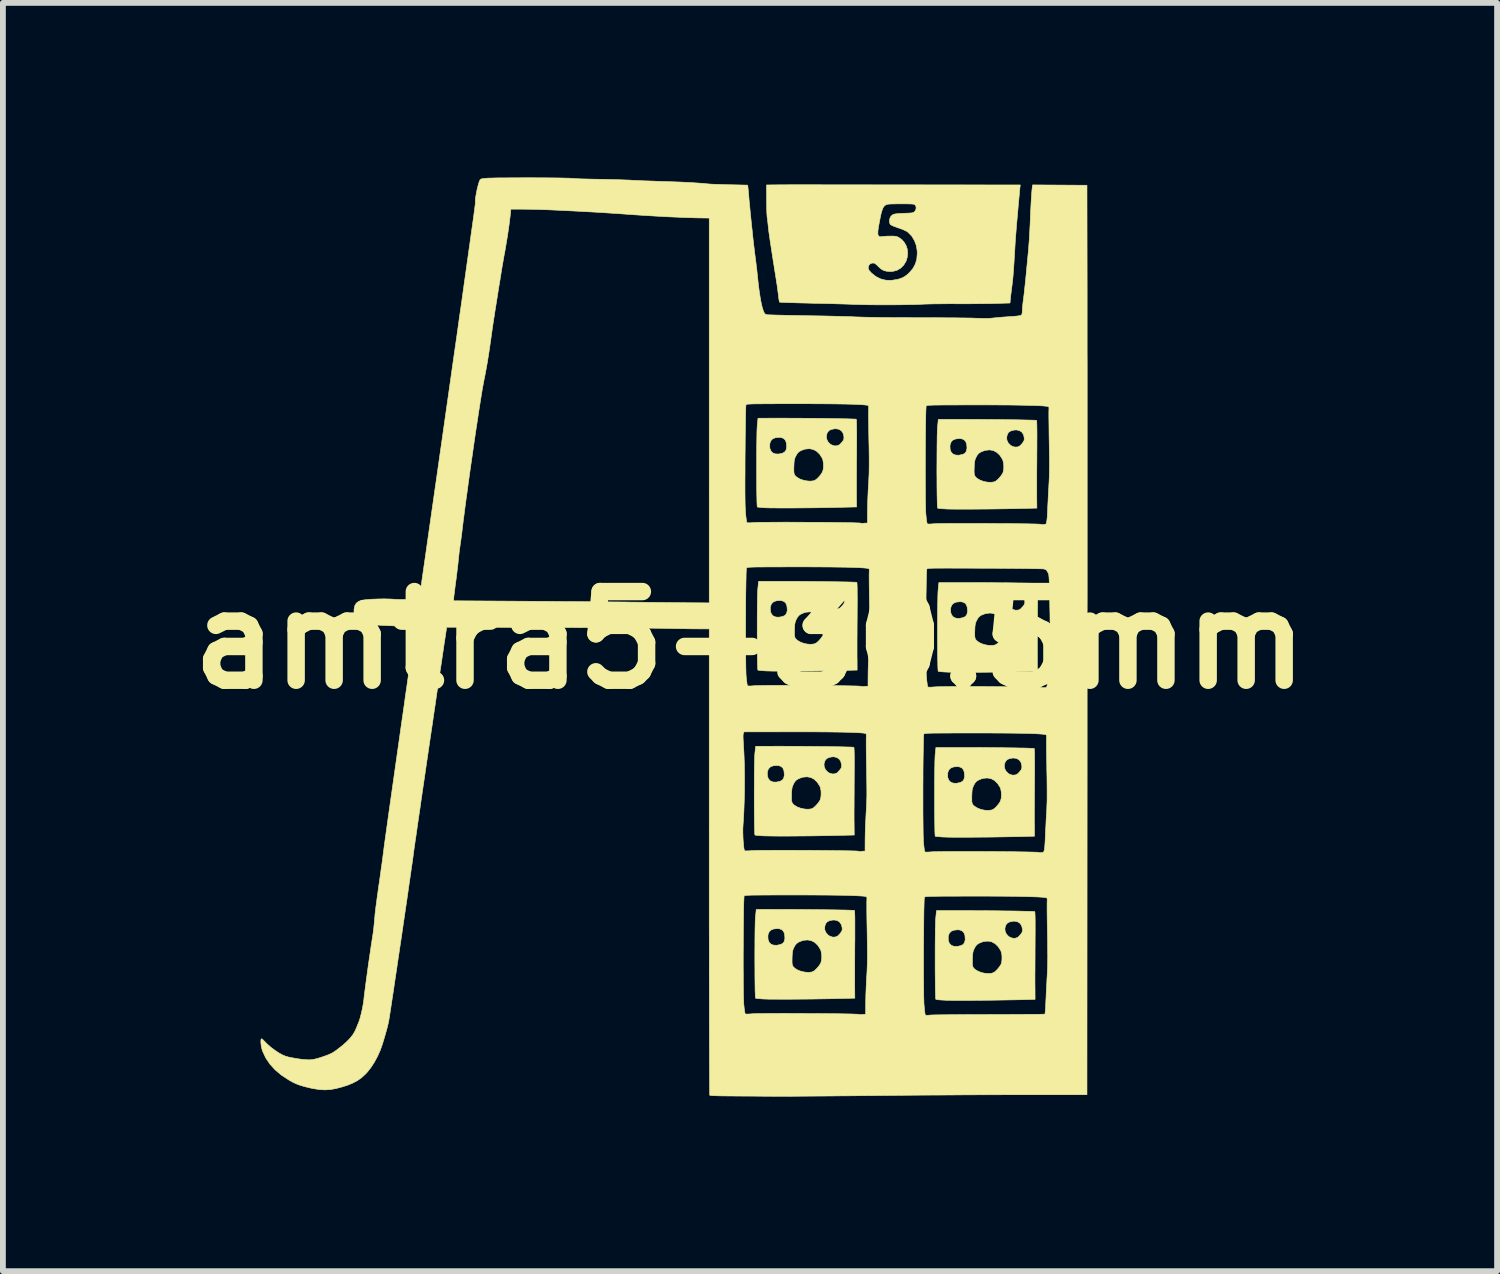
<source format=kicad_pcb>
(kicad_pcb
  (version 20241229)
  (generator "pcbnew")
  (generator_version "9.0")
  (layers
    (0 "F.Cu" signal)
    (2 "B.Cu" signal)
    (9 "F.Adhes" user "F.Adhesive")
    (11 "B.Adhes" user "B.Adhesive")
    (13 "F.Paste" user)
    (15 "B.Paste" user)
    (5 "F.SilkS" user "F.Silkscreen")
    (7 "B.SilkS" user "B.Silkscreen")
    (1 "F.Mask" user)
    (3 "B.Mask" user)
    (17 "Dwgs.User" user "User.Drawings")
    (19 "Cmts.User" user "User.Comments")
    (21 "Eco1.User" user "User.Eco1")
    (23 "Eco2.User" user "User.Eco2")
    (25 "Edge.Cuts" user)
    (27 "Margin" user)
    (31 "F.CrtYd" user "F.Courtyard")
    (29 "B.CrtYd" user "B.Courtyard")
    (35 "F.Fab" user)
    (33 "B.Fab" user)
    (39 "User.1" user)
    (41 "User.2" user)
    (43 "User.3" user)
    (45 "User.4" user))
  (footprint "amtra5-30.5mm"
    (layer "F.Cu")
    (at 9.841 7.952)
    (property "Reference" "amtra5-30.5mm" (at 0 0 0) (layer "F.SilkS") (effects (font (size 1.524 1.524) (thickness 0.3))))
    (attr through_hole)
    (fp_poly (pts (xy 0.565 1.824) (xy 0.674 1.825) (xy 0.786 1.825) (xy 0.901 1.826) (xy 1.016 1.827) (xy 1.13 1.828) (xy 1.24 1.829) (xy 1.345 1.83) (xy 1.444 1.832) (xy 1.533 1.833) (xy 1.612 1.835) (xy 1.678 1.837) (xy 1.73 1.838) (xy 1.765 1.84) (xy 1.783 1.842) (xy 1.785 1.842) (xy 1.787 1.854) (xy 1.789 1.886) (xy 1.791 1.938) (xy 1.792 2.01) (xy 1.792 2.101) (xy 1.792 2.212) (xy 1.791 2.343) (xy 1.791 2.395) (xy 1.79 2.507) (xy 1.79 2.619) (xy 1.789 2.728) (xy 1.789 2.833) (xy 1.788 2.929) (xy 1.788 3.014) (xy 1.788 3.085) (xy 1.789 3.139) (xy 1.789 3.145) (xy 1.791 3.35) (xy 1.523 3.356) (xy 1.411 3.359) (xy 1.293 3.361) (xy 1.17 3.363) (xy 1.045 3.365) (xy 0.921 3.366) (xy 0.799 3.367) (xy 0.682 3.368) (xy 0.573 3.368) (xy 0.474 3.368) (xy 0.387 3.367) (xy 0.314 3.366) (xy 0.259 3.365) (xy 0.242 3.364) (xy 0.189 3.362) (xy 0.143 3.358) (xy 0.108 3.354) (xy 0.088 3.351) (xy 0.085 3.349) (xy 0.082 3.337) (xy 0.08 3.307) (xy 0.079 3.26) (xy 0.077 3.199) (xy 0.076 3.126) (xy 0.075 3.042) (xy 0.074 2.951) (xy 0.073 2.853) (xy 0.073 2.751) (xy 0.073 2.711) (xy 0.712 2.711) (xy 0.713 2.752) (xy 0.719 2.782) (xy 0.729 2.804) (xy 0.746 2.824) (xy 0.768 2.841) (xy 0.815 2.869) (xy 0.871 2.889) (xy 0.932 2.902) (xy 0.992 2.907) (xy 1.044 2.902) (xy 1.076 2.891) (xy 1.105 2.87) (xy 1.138 2.838) (xy 1.17 2.801) (xy 1.196 2.764) (xy 1.207 2.743) (xy 1.218 2.699) (xy 1.222 2.645) (xy 1.22 2.589) (xy 1.21 2.538) (xy 1.2 2.511) (xy 1.156 2.443) (xy 1.105 2.393) (xy 1.046 2.361) (xy 0.981 2.349) (xy 0.912 2.355) (xy 0.878 2.365) (xy 0.829 2.385) (xy 0.795 2.406) (xy 0.769 2.435) (xy 0.746 2.475) (xy 0.746 2.476) (xy 0.733 2.505) (xy 0.724 2.532) (xy 0.719 2.562) (xy 0.715 2.602) (xy 0.713 2.653) (xy 0.712 2.711) (xy 0.073 2.711) (xy 0.073 2.647) (xy 0.073 2.543) (xy 0.074 2.441) (xy 0.074 2.343) (xy 0.075 2.28) (xy 0.297 2.28) (xy 0.299 2.339) (xy 0.317 2.386) (xy 0.348 2.419) (xy 0.392 2.438) (xy 0.448 2.441) (xy 0.513 2.428) (xy 0.515 2.427) (xy 0.554 2.406) (xy 0.579 2.373) (xy 0.589 2.325) (xy 0.589 2.31) (xy 0.584 2.248) (xy 0.566 2.202) (xy 0.536 2.172) (xy 0.493 2.157) (xy 0.46 2.154) (xy 0.397 2.16) (xy 0.35 2.179) (xy 0.318 2.211) (xy 0.3 2.256) (xy 0.297 2.28) (xy 0.075 2.28) (xy 0.075 2.251) (xy 0.076 2.167) (xy 0.077 2.13) (xy 1.271 2.13) (xy 1.276 2.181) (xy 1.298 2.228) (xy 1.335 2.267) (xy 1.364 2.285) (xy 1.413 2.3) (xy 1.46 2.298) (xy 1.495 2.282) (xy 1.512 2.267) (xy 1.534 2.242) (xy 1.545 2.229) (xy 1.564 2.203) (xy 1.573 2.18) (xy 1.573 2.151) (xy 1.572 2.136) (xy 1.559 2.083) (xy 1.531 2.043) (xy 1.49 2.016) (xy 1.439 2.005) (xy 1.404 2.007) (xy 1.352 2.019) (xy 1.316 2.038) (xy 1.292 2.067) (xy 1.285 2.079) (xy 1.271 2.13) (xy 0.077 2.13) (xy 0.078 2.093) (xy 0.079 2.031) (xy 0.081 1.983) (xy 0.083 1.952) (xy 0.083 1.951) (xy 0.097 1.825) (xy 0.462 1.824) (xy 0.565 1.824)) (stroke (width 0.01) (type solid)) (fill yes) (layer "F.SilkS"))
    (fp_poly (pts (xy 0.575 4.628) (xy 0.684 4.629) (xy 0.797 4.629) (xy 0.911 4.63) (xy 1.026 4.631) (xy 1.14 4.632) (xy 1.25 4.633) (xy 1.356 4.635) (xy 1.454 4.636) (xy 1.543 4.638) (xy 1.622 4.639) (xy 1.688 4.641) (xy 1.74 4.643) (xy 1.776 4.644) (xy 1.793 4.646) (xy 1.795 4.646) (xy 1.797 4.658) (xy 1.799 4.69) (xy 1.801 4.742) (xy 1.802 4.814) (xy 1.802 4.905) (xy 1.802 5.016) (xy 1.802 5.147) (xy 1.801 5.199) (xy 1.8 5.311) (xy 1.8 5.423) (xy 1.799 5.533) (xy 1.799 5.637) (xy 1.799 5.733) (xy 1.799 5.818) (xy 1.799 5.889) (xy 1.799 5.943) (xy 1.799 5.95) (xy 1.801 6.154) (xy 1.533 6.16) (xy 1.421 6.163) (xy 1.303 6.165) (xy 1.18 6.167) (xy 1.056 6.169) (xy 0.931 6.17) (xy 0.809 6.171) (xy 0.693 6.172) (xy 0.583 6.172) (xy 0.484 6.172) (xy 0.397 6.171) (xy 0.324 6.171) (xy 0.269 6.169) (xy 0.252 6.169) (xy 0.199 6.166) (xy 0.153 6.162) (xy 0.118 6.159) (xy 0.098 6.155) (xy 0.095 6.154) (xy 0.093 6.141) (xy 0.091 6.111) (xy 0.089 6.064) (xy 0.087 6.003) (xy 0.086 5.93) (xy 0.085 5.847) (xy 0.084 5.755) (xy 0.084 5.657) (xy 0.083 5.556) (xy 0.083 5.515) (xy 0.722 5.515) (xy 0.723 5.556) (xy 0.729 5.586) (xy 0.74 5.609) (xy 0.757 5.628) (xy 0.778 5.645) (xy 0.825 5.673) (xy 0.881 5.693) (xy 0.942 5.706) (xy 1.002 5.711) (xy 1.054 5.706) (xy 1.086 5.695) (xy 1.115 5.675) (xy 1.148 5.642) (xy 1.18 5.605) (xy 1.206 5.568) (xy 1.217 5.547) (xy 1.228 5.504) (xy 1.233 5.45) (xy 1.23 5.393) (xy 1.22 5.342) (xy 1.21 5.315) (xy 1.166 5.247) (xy 1.115 5.197) (xy 1.056 5.166) (xy 0.992 5.153) (xy 0.922 5.159) (xy 0.888 5.169) (xy 0.839 5.189) (xy 0.805 5.211) (xy 0.779 5.239) (xy 0.756 5.279) (xy 0.756 5.28) (xy 0.743 5.309) (xy 0.734 5.336) (xy 0.729 5.366) (xy 0.725 5.406) (xy 0.723 5.457) (xy 0.722 5.515) (xy 0.083 5.515) (xy 0.083 5.452) (xy 0.083 5.348) (xy 0.084 5.246) (xy 0.084 5.147) (xy 0.085 5.084) (xy 0.307 5.084) (xy 0.31 5.144) (xy 0.327 5.191) (xy 0.358 5.224) (xy 0.402 5.242) (xy 0.458 5.245) (xy 0.523 5.232) (xy 0.526 5.231) (xy 0.565 5.21) (xy 0.589 5.177) (xy 0.599 5.129) (xy 0.599 5.114) (xy 0.594 5.052) (xy 0.576 5.006) (xy 0.547 4.976) (xy 0.504 4.961) (xy 0.47 4.958) (xy 0.407 4.964) (xy 0.36 4.983) (xy 0.328 5.015) (xy 0.31 5.061) (xy 0.307 5.084) (xy 0.085 5.084) (xy 0.085 5.055) (xy 0.086 4.971) (xy 0.087 4.934) (xy 1.282 4.934) (xy 1.286 4.985) (xy 1.308 5.032) (xy 1.345 5.072) (xy 1.374 5.089) (xy 1.423 5.105) (xy 1.47 5.102) (xy 1.505 5.086) (xy 1.522 5.071) (xy 1.545 5.046) (xy 1.555 5.034) (xy 1.574 5.007) (xy 1.583 4.984) (xy 1.584 4.955) (xy 1.583 4.94) (xy 1.569 4.888) (xy 1.541 4.847) (xy 1.5 4.82) (xy 1.449 4.81) (xy 1.414 4.812) (xy 1.363 4.823) (xy 1.327 4.842) (xy 1.302 4.871) (xy 1.296 4.883) (xy 1.282 4.934) (xy 0.087 4.934) (xy 0.088 4.897) (xy 0.089 4.835) (xy 0.091 4.788) (xy 0.094 4.756) (xy 0.094 4.755) (xy 0.107 4.629) (xy 0.472 4.628) (xy 0.575 4.628)) (stroke (width 0.01) (type solid)) (fill yes) (layer "F.SilkS"))
    (fp_poly (pts (xy 0.606 -3.815) (xy 0.714 -3.814) (xy 0.827 -3.814) (xy 0.942 -3.813) (xy 1.057 -3.812) (xy 1.171 -3.811) (xy 1.281 -3.81) (xy 1.386 -3.808) (xy 1.484 -3.807) (xy 1.573 -3.805) (xy 1.652 -3.804) (xy 1.718 -3.802) (xy 1.77 -3.8) (xy 1.806 -3.799) (xy 1.824 -3.797) (xy 1.825 -3.797) (xy 1.828 -3.785) (xy 1.83 -3.753) (xy 1.831 -3.701) (xy 1.832 -3.629) (xy 1.833 -3.538) (xy 1.833 -3.427) (xy 1.832 -3.296) (xy 1.832 -3.244) (xy 1.831 -3.132) (xy 1.83 -3.02) (xy 1.83 -2.91) (xy 1.829 -2.806) (xy 1.829 -2.71) (xy 1.829 -2.625) (xy 1.829 -2.554) (xy 1.829 -2.5) (xy 1.829 -2.493) (xy 1.831 -2.289) (xy 1.563 -2.283) (xy 1.452 -2.28) (xy 1.334 -2.278) (xy 1.211 -2.276) (xy 1.086 -2.274) (xy 0.962 -2.273) (xy 0.84 -2.272) (xy 0.723 -2.271) (xy 0.614 -2.271) (xy 0.515 -2.271) (xy 0.427 -2.272) (xy 0.355 -2.272) (xy 0.299 -2.274) (xy 0.283 -2.274) (xy 0.23 -2.277) (xy 0.183 -2.281) (xy 0.149 -2.284) (xy 0.128 -2.288) (xy 0.125 -2.289) (xy 0.123 -2.302) (xy 0.121 -2.332) (xy 0.119 -2.379) (xy 0.118 -2.44) (xy 0.116 -2.513) (xy 0.115 -2.596) (xy 0.115 -2.688) (xy 0.114 -2.786) (xy 0.114 -2.887) (xy 0.114 -2.928) (xy 0.752 -2.928) (xy 0.754 -2.887) (xy 0.759 -2.857) (xy 0.77 -2.834) (xy 0.787 -2.815) (xy 0.809 -2.798) (xy 0.855 -2.77) (xy 0.912 -2.75) (xy 0.973 -2.737) (xy 1.032 -2.732) (xy 1.085 -2.737) (xy 1.117 -2.748) (xy 1.145 -2.768) (xy 1.178 -2.8) (xy 1.211 -2.838) (xy 1.236 -2.875) (xy 1.247 -2.896) (xy 1.259 -2.939) (xy 1.263 -2.993) (xy 1.26 -3.05) (xy 1.251 -3.101) (xy 1.24 -3.128) (xy 1.197 -3.196) (xy 1.145 -3.246) (xy 1.087 -3.277) (xy 1.022 -3.29) (xy 0.953 -3.284) (xy 0.918 -3.274) (xy 0.869 -3.254) (xy 0.835 -3.232) (xy 0.81 -3.204) (xy 0.787 -3.164) (xy 0.786 -3.163) (xy 0.773 -3.134) (xy 0.765 -3.107) (xy 0.759 -3.077) (xy 0.756 -3.037) (xy 0.754 -2.986) (xy 0.752 -2.928) (xy 0.114 -2.928) (xy 0.114 -2.991) (xy 0.114 -3.095) (xy 0.114 -3.197) (xy 0.115 -3.296) (xy 0.115 -3.359) (xy 0.338 -3.359) (xy 0.34 -3.299) (xy 0.358 -3.252) (xy 0.389 -3.219) (xy 0.433 -3.201) (xy 0.488 -3.198) (xy 0.554 -3.211) (xy 0.556 -3.212) (xy 0.595 -3.233) (xy 0.619 -3.266) (xy 0.629 -3.314) (xy 0.63 -3.329) (xy 0.624 -3.391) (xy 0.607 -3.437) (xy 0.577 -3.467) (xy 0.534 -3.482) (xy 0.5 -3.485) (xy 0.438 -3.479) (xy 0.39 -3.46) (xy 0.358 -3.428) (xy 0.341 -3.382) (xy 0.338 -3.359) (xy 0.115 -3.359) (xy 0.116 -3.388) (xy 0.117 -3.472) (xy 0.118 -3.509) (xy 1.312 -3.509) (xy 1.317 -3.458) (xy 1.338 -3.411) (xy 1.376 -3.371) (xy 1.405 -3.354) (xy 1.453 -3.338) (xy 1.5 -3.341) (xy 1.536 -3.357) (xy 1.553 -3.372) (xy 1.575 -3.397) (xy 1.586 -3.409) (xy 1.605 -3.436) (xy 1.613 -3.459) (xy 1.614 -3.488) (xy 1.613 -3.503) (xy 1.6 -3.555) (xy 1.572 -3.596) (xy 1.531 -3.623) (xy 1.479 -3.633) (xy 1.444 -3.631) (xy 1.393 -3.62) (xy 1.357 -3.601) (xy 1.332 -3.572) (xy 1.326 -3.56) (xy 1.312 -3.509) (xy 0.118 -3.509) (xy 0.118 -3.546) (xy 0.12 -3.608) (xy 0.122 -3.655) (xy 0.124 -3.687) (xy 0.124 -3.688) (xy 0.137 -3.814) (xy 0.503 -3.815) (xy 0.606 -3.815)) (stroke (width 0.01) (type solid)) (fill yes) (layer "F.SilkS"))
    (fp_poly (pts (xy 0.616 -1.01) (xy 0.725 -1.01) (xy 0.837 -1.01) (xy 0.952 -1.009) (xy 1.067 -1.008) (xy 1.181 -1.007) (xy 1.291 -1.006) (xy 1.396 -1.004) (xy 1.494 -1.003) (xy 1.584 -1.001) (xy 1.662 -1) (xy 1.729 -0.998) (xy 1.78 -0.996) (xy 1.816 -0.995) (xy 1.834 -0.993) (xy 1.836 -0.993) (xy 1.838 -0.981) (xy 1.84 -0.949) (xy 1.842 -0.897) (xy 1.842 -0.825) (xy 1.843 -0.733) (xy 1.843 -0.622) (xy 1.842 -0.492) (xy 1.842 -0.44) (xy 1.841 -0.328) (xy 1.84 -0.216) (xy 1.84 -0.106) (xy 1.839 -0.002) (xy 1.839 0.094) (xy 1.839 0.179) (xy 1.839 0.25) (xy 1.839 0.304) (xy 1.84 0.311) (xy 1.841 0.515) (xy 1.573 0.522) (xy 1.462 0.524) (xy 1.344 0.526) (xy 1.221 0.528) (xy 1.096 0.53) (xy 0.972 0.531) (xy 0.85 0.532) (xy 0.733 0.533) (xy 0.624 0.533) (xy 0.525 0.533) (xy 0.438 0.533) (xy 0.365 0.532) (xy 0.31 0.53) (xy 0.293 0.53) (xy 0.24 0.527) (xy 0.194 0.523) (xy 0.159 0.52) (xy 0.139 0.516) (xy 0.135 0.515) (xy 0.133 0.503) (xy 0.131 0.472) (xy 0.129 0.425) (xy 0.128 0.364) (xy 0.127 0.291) (xy 0.126 0.208) (xy 0.125 0.116) (xy 0.124 0.019) (xy 0.124 -0.083) (xy 0.124 -0.124) (xy 0.763 -0.124) (xy 0.764 -0.082) (xy 0.769 -0.053) (xy 0.78 -0.03) (xy 0.797 -0.011) (xy 0.819 0.007) (xy 0.866 0.034) (xy 0.922 0.055) (xy 0.983 0.068) (xy 1.042 0.072) (xy 1.095 0.067) (xy 1.127 0.056) (xy 1.156 0.036) (xy 1.189 0.004) (xy 1.221 -0.034) (xy 1.247 -0.071) (xy 1.257 -0.091) (xy 1.269 -0.135) (xy 1.273 -0.189) (xy 1.27 -0.246) (xy 1.261 -0.296) (xy 1.251 -0.323) (xy 1.207 -0.391) (xy 1.155 -0.441) (xy 1.097 -0.473) (xy 1.032 -0.486) (xy 0.963 -0.48) (xy 0.928 -0.47) (xy 0.88 -0.45) (xy 0.845 -0.428) (xy 0.82 -0.4) (xy 0.797 -0.36) (xy 0.796 -0.359) (xy 0.784 -0.33) (xy 0.775 -0.303) (xy 0.769 -0.273) (xy 0.766 -0.233) (xy 0.764 -0.182) (xy 0.763 -0.124) (xy 0.124 -0.124) (xy 0.124 -0.187) (xy 0.124 -0.291) (xy 0.124 -0.393) (xy 0.125 -0.491) (xy 0.126 -0.555) (xy 0.348 -0.555) (xy 0.35 -0.495) (xy 0.368 -0.448) (xy 0.399 -0.415) (xy 0.443 -0.397) (xy 0.498 -0.394) (xy 0.564 -0.407) (xy 0.566 -0.408) (xy 0.605 -0.428) (xy 0.629 -0.462) (xy 0.64 -0.51) (xy 0.64 -0.525) (xy 0.634 -0.587) (xy 0.617 -0.632) (xy 0.587 -0.663) (xy 0.544 -0.678) (xy 0.51 -0.681) (xy 0.448 -0.675) (xy 0.401 -0.656) (xy 0.369 -0.624) (xy 0.351 -0.578) (xy 0.348 -0.555) (xy 0.126 -0.555) (xy 0.126 -0.583) (xy 0.127 -0.667) (xy 0.128 -0.705) (xy 1.322 -0.705) (xy 1.327 -0.653) (xy 1.348 -0.606) (xy 1.386 -0.567) (xy 1.415 -0.549) (xy 1.463 -0.534) (xy 1.511 -0.537) (xy 1.546 -0.553) (xy 1.563 -0.568) (xy 1.585 -0.592) (xy 1.596 -0.605) (xy 1.615 -0.632) (xy 1.623 -0.655) (xy 1.624 -0.684) (xy 1.623 -0.699) (xy 1.61 -0.751) (xy 1.582 -0.792) (xy 1.541 -0.818) (xy 1.49 -0.829) (xy 1.455 -0.827) (xy 1.403 -0.816) (xy 1.367 -0.797) (xy 1.343 -0.768) (xy 1.336 -0.756) (xy 1.322 -0.705) (xy 0.128 -0.705) (xy 0.128 -0.741) (xy 0.13 -0.803) (xy 0.132 -0.851) (xy 0.134 -0.883) (xy 0.134 -0.883) (xy 0.147 -1.01) (xy 0.513 -1.01) (xy 0.616 -1.01)) (stroke (width 0.01) (type solid)) (fill yes) (layer "F.SilkS"))
    (fp_poly (pts (xy 3.664 1.845) (xy 3.773 1.845) (xy 3.885 1.845) (xy 4 1.846) (xy 4.115 1.847) (xy 4.229 1.848) (xy 4.339 1.849) (xy 4.444 1.851) (xy 4.542 1.852) (xy 4.632 1.854) (xy 4.71 1.855) (xy 4.777 1.857) (xy 4.828 1.859) (xy 4.864 1.86) (xy 4.882 1.862) (xy 4.884 1.862) (xy 4.886 1.874) (xy 4.888 1.906) (xy 4.89 1.958) (xy 4.89 2.03) (xy 4.891 2.122) (xy 4.891 2.233) (xy 4.89 2.363) (xy 4.89 2.415) (xy 4.889 2.527) (xy 4.888 2.639) (xy 4.888 2.749) (xy 4.887 2.853) (xy 4.887 2.949) (xy 4.887 3.034) (xy 4.887 3.105) (xy 4.887 3.159) (xy 4.888 3.166) (xy 4.889 3.37) (xy 4.621 3.377) (xy 4.51 3.379) (xy 4.392 3.381) (xy 4.269 3.383) (xy 4.144 3.385) (xy 4.02 3.386) (xy 3.898 3.387) (xy 3.781 3.388) (xy 3.672 3.388) (xy 3.573 3.388) (xy 3.486 3.388) (xy 3.413 3.387) (xy 3.358 3.385) (xy 3.341 3.385) (xy 3.288 3.382) (xy 3.242 3.378) (xy 3.207 3.375) (xy 3.187 3.371) (xy 3.183 3.37) (xy 3.181 3.358) (xy 3.179 3.327) (xy 3.177 3.28) (xy 3.176 3.219) (xy 3.175 3.146) (xy 3.174 3.063) (xy 3.173 2.971) (xy 3.172 2.874) (xy 3.172 2.772) (xy 3.172 2.731) (xy 3.811 2.731) (xy 3.812 2.773) (xy 3.817 2.802) (xy 3.828 2.825) (xy 3.845 2.844) (xy 3.867 2.861) (xy 3.914 2.889) (xy 3.97 2.91) (xy 4.031 2.923) (xy 4.09 2.927) (xy 4.143 2.922) (xy 4.175 2.911) (xy 4.204 2.891) (xy 4.237 2.859) (xy 4.269 2.821) (xy 4.295 2.784) (xy 4.305 2.764) (xy 4.317 2.72) (xy 4.321 2.666) (xy 4.318 2.609) (xy 4.309 2.559) (xy 4.299 2.532) (xy 4.255 2.464) (xy 4.203 2.413) (xy 4.145 2.382) (xy 4.08 2.369) (xy 4.011 2.375) (xy 3.976 2.385) (xy 3.928 2.405) (xy 3.893 2.427) (xy 3.868 2.455) (xy 3.845 2.495) (xy 3.844 2.496) (xy 3.832 2.525) (xy 3.823 2.552) (xy 3.817 2.582) (xy 3.814 2.622) (xy 3.812 2.673) (xy 3.811 2.731) (xy 3.172 2.731) (xy 3.172 2.668) (xy 3.172 2.564) (xy 3.172 2.462) (xy 3.173 2.364) (xy 3.174 2.3) (xy 3.396 2.3) (xy 3.398 2.36) (xy 3.416 2.407) (xy 3.447 2.44) (xy 3.491 2.458) (xy 3.546 2.461) (xy 3.612 2.448) (xy 3.614 2.447) (xy 3.653 2.427) (xy 3.677 2.393) (xy 3.688 2.345) (xy 3.688 2.33) (xy 3.682 2.268) (xy 3.665 2.223) (xy 3.635 2.192) (xy 3.592 2.177) (xy 3.558 2.174) (xy 3.496 2.18) (xy 3.449 2.199) (xy 3.417 2.231) (xy 3.399 2.277) (xy 3.396 2.3) (xy 3.174 2.3) (xy 3.174 2.272) (xy 3.175 2.187) (xy 3.176 2.15) (xy 4.37 2.15) (xy 4.375 2.201) (xy 4.396 2.248) (xy 4.434 2.288) (xy 4.463 2.306) (xy 4.511 2.321) (xy 4.559 2.318) (xy 4.594 2.302) (xy 4.611 2.287) (xy 4.633 2.263) (xy 4.644 2.25) (xy 4.663 2.223) (xy 4.671 2.2) (xy 4.672 2.171) (xy 4.671 2.156) (xy 4.658 2.104) (xy 4.63 2.063) (xy 4.589 2.037) (xy 4.538 2.026) (xy 4.503 2.028) (xy 4.451 2.039) (xy 4.415 2.058) (xy 4.391 2.087) (xy 4.384 2.099) (xy 4.37 2.15) (xy 3.176 2.15) (xy 3.176 2.113) (xy 3.178 2.052) (xy 3.18 2.004) (xy 3.182 1.972) (xy 3.182 1.972) (xy 3.195 1.845) (xy 3.561 1.845) (xy 3.664 1.845)) (stroke (width 0.01) (type solid)) (fill yes) (layer "F.SilkS"))
    (fp_poly (pts (xy 3.674 4.649) (xy 3.783 4.649) (xy 3.895 4.65) (xy 4.01 4.65) (xy 4.125 4.651) (xy 4.239 4.652) (xy 4.349 4.654) (xy 4.454 4.655) (xy 4.552 4.656) (xy 4.642 4.658) (xy 4.72 4.66) (xy 4.787 4.661) (xy 4.839 4.663) (xy 4.874 4.664) (xy 4.892 4.666) (xy 4.894 4.666) (xy 4.896 4.678) (xy 4.898 4.71) (xy 4.9 4.762) (xy 4.901 4.834) (xy 4.901 4.926) (xy 4.901 5.037) (xy 4.9 5.167) (xy 4.9 5.219) (xy 4.899 5.331) (xy 4.899 5.443) (xy 4.898 5.553) (xy 4.898 5.657) (xy 4.897 5.753) (xy 4.897 5.838) (xy 4.897 5.909) (xy 4.898 5.963) (xy 4.898 5.97) (xy 4.899 6.174) (xy 4.632 6.181) (xy 4.52 6.183) (xy 4.402 6.185) (xy 4.279 6.187) (xy 4.154 6.189) (xy 4.03 6.19) (xy 3.908 6.191) (xy 3.791 6.192) (xy 3.682 6.192) (xy 3.583 6.192) (xy 3.496 6.192) (xy 3.423 6.191) (xy 3.368 6.19) (xy 3.351 6.189) (xy 3.298 6.186) (xy 3.252 6.183) (xy 3.217 6.179) (xy 3.197 6.175) (xy 3.194 6.174) (xy 3.191 6.162) (xy 3.189 6.131) (xy 3.188 6.085) (xy 3.186 6.024) (xy 3.185 5.95) (xy 3.184 5.867) (xy 3.183 5.775) (xy 3.182 5.678) (xy 3.182 5.576) (xy 3.182 5.535) (xy 3.821 5.535) (xy 3.822 5.577) (xy 3.828 5.607) (xy 3.838 5.629) (xy 3.855 5.648) (xy 3.877 5.666) (xy 3.924 5.693) (xy 3.98 5.714) (xy 4.041 5.727) (xy 4.1 5.731) (xy 4.153 5.726) (xy 4.185 5.715) (xy 4.214 5.695) (xy 4.247 5.663) (xy 4.279 5.625) (xy 4.305 5.588) (xy 4.316 5.568) (xy 4.327 5.524) (xy 4.331 5.47) (xy 4.329 5.413) (xy 4.319 5.363) (xy 4.309 5.336) (xy 4.265 5.268) (xy 4.214 5.218) (xy 4.155 5.186) (xy 4.09 5.173) (xy 4.021 5.179) (xy 3.987 5.189) (xy 3.938 5.209) (xy 3.903 5.231) (xy 3.878 5.259) (xy 3.855 5.299) (xy 3.855 5.301) (xy 3.842 5.329) (xy 3.833 5.356) (xy 3.828 5.387) (xy 3.824 5.427) (xy 3.822 5.478) (xy 3.821 5.535) (xy 3.182 5.535) (xy 3.182 5.472) (xy 3.182 5.368) (xy 3.182 5.266) (xy 3.183 5.168) (xy 3.184 5.104) (xy 3.406 5.104) (xy 3.408 5.164) (xy 3.426 5.211) (xy 3.457 5.244) (xy 3.501 5.262) (xy 3.557 5.265) (xy 3.622 5.252) (xy 3.624 5.251) (xy 3.663 5.231) (xy 3.688 5.197) (xy 3.698 5.149) (xy 3.698 5.134) (xy 3.693 5.072) (xy 3.675 5.027) (xy 3.645 4.997) (xy 3.602 4.981) (xy 3.569 4.978) (xy 3.506 4.985) (xy 3.459 5.003) (xy 3.427 5.035) (xy 3.409 5.081) (xy 3.406 5.104) (xy 3.184 5.104) (xy 3.184 5.076) (xy 3.185 4.992) (xy 3.186 4.955) (xy 4.38 4.955) (xy 4.385 5.006) (xy 4.407 5.053) (xy 4.444 5.092) (xy 4.473 5.11) (xy 4.522 5.125) (xy 4.569 5.122) (xy 4.604 5.106) (xy 4.621 5.091) (xy 4.643 5.067) (xy 4.654 5.054) (xy 4.673 5.027) (xy 4.681 5.005) (xy 4.682 4.976) (xy 4.681 4.961) (xy 4.668 4.908) (xy 4.64 4.867) (xy 4.599 4.841) (xy 4.548 4.83) (xy 4.513 4.832) (xy 4.461 4.844) (xy 4.425 4.862) (xy 4.401 4.891) (xy 4.394 4.903) (xy 4.38 4.955) (xy 3.186 4.955) (xy 3.187 4.918) (xy 3.188 4.856) (xy 3.19 4.808) (xy 3.192 4.776) (xy 3.192 4.776) (xy 3.205 4.649) (xy 3.571 4.649) (xy 3.674 4.649)) (stroke (width 0.01) (type solid)) (fill yes) (layer "F.SilkS"))
    (fp_poly (pts (xy 3.705 -3.794) (xy 3.813 -3.794) (xy 3.926 -3.793) (xy 4.041 -3.793) (xy 4.156 -3.792) (xy 4.269 -3.791) (xy 4.38 -3.789) (xy 4.485 -3.788) (xy 4.583 -3.787) (xy 4.672 -3.785) (xy 4.751 -3.783) (xy 4.817 -3.782) (xy 4.869 -3.78) (xy 4.905 -3.779) (xy 4.923 -3.777) (xy 4.924 -3.777) (xy 4.927 -3.765) (xy 4.929 -3.733) (xy 4.93 -3.681) (xy 4.931 -3.609) (xy 4.932 -3.517) (xy 4.931 -3.406) (xy 4.931 -3.276) (xy 4.93 -3.224) (xy 4.93 -3.112) (xy 4.929 -3) (xy 4.928 -2.89) (xy 4.928 -2.786) (xy 4.928 -2.69) (xy 4.928 -2.605) (xy 4.928 -2.534) (xy 4.928 -2.48) (xy 4.928 -2.473) (xy 4.93 -2.269) (xy 4.662 -2.262) (xy 4.551 -2.26) (xy 4.432 -2.258) (xy 4.31 -2.256) (xy 4.185 -2.254) (xy 4.06 -2.253) (xy 3.939 -2.252) (xy 3.822 -2.251) (xy 3.713 -2.251) (xy 3.613 -2.251) (xy 3.526 -2.251) (xy 3.454 -2.252) (xy 3.398 -2.253) (xy 3.382 -2.254) (xy 3.328 -2.257) (xy 3.282 -2.26) (xy 3.247 -2.264) (xy 3.227 -2.268) (xy 3.224 -2.269) (xy 3.222 -2.281) (xy 3.22 -2.312) (xy 3.218 -2.358) (xy 3.217 -2.419) (xy 3.215 -2.493) (xy 3.214 -2.576) (xy 3.213 -2.668) (xy 3.213 -2.765) (xy 3.212 -2.867) (xy 3.212 -2.908) (xy 3.851 -2.908) (xy 3.853 -2.866) (xy 3.858 -2.836) (xy 3.869 -2.814) (xy 3.886 -2.795) (xy 3.907 -2.777) (xy 3.954 -2.75) (xy 4.011 -2.729) (xy 4.072 -2.716) (xy 4.131 -2.712) (xy 4.183 -2.717) (xy 4.216 -2.728) (xy 4.244 -2.748) (xy 4.277 -2.78) (xy 4.309 -2.818) (xy 4.335 -2.855) (xy 4.346 -2.875) (xy 4.358 -2.919) (xy 4.362 -2.973) (xy 4.359 -3.03) (xy 4.349 -3.08) (xy 4.339 -3.107) (xy 4.296 -3.175) (xy 4.244 -3.225) (xy 4.185 -3.257) (xy 4.121 -3.27) (xy 4.051 -3.263) (xy 4.017 -3.253) (xy 3.968 -3.234) (xy 3.934 -3.212) (xy 3.908 -3.184) (xy 3.886 -3.144) (xy 3.885 -3.142) (xy 3.872 -3.114) (xy 3.864 -3.087) (xy 3.858 -3.056) (xy 3.855 -3.016) (xy 3.853 -2.965) (xy 3.851 -2.908) (xy 3.212 -2.908) (xy 3.212 -2.971) (xy 3.213 -3.075) (xy 3.213 -3.177) (xy 3.214 -3.275) (xy 3.214 -3.339) (xy 3.436 -3.339) (xy 3.439 -3.279) (xy 3.456 -3.232) (xy 3.488 -3.199) (xy 3.532 -3.181) (xy 3.587 -3.178) (xy 3.653 -3.191) (xy 3.655 -3.191) (xy 3.694 -3.212) (xy 3.718 -3.246) (xy 3.728 -3.294) (xy 3.729 -3.309) (xy 3.723 -3.371) (xy 3.706 -3.416) (xy 3.676 -3.446) (xy 3.633 -3.462) (xy 3.599 -3.465) (xy 3.536 -3.458) (xy 3.489 -3.44) (xy 3.457 -3.408) (xy 3.44 -3.362) (xy 3.436 -3.339) (xy 3.214 -3.339) (xy 3.215 -3.367) (xy 3.216 -3.451) (xy 3.216 -3.488) (xy 4.411 -3.488) (xy 4.415 -3.437) (xy 4.437 -3.39) (xy 4.475 -3.351) (xy 4.503 -3.333) (xy 4.552 -3.318) (xy 4.599 -3.32) (xy 4.635 -3.337) (xy 4.652 -3.352) (xy 4.674 -3.376) (xy 4.684 -3.389) (xy 4.703 -3.416) (xy 4.712 -3.438) (xy 4.713 -3.467) (xy 4.712 -3.482) (xy 4.699 -3.535) (xy 4.671 -3.576) (xy 4.63 -3.602) (xy 4.578 -3.613) (xy 4.543 -3.611) (xy 4.492 -3.599) (xy 4.456 -3.581) (xy 4.431 -3.552) (xy 4.425 -3.54) (xy 4.411 -3.488) (xy 3.216 -3.488) (xy 3.217 -3.525) (xy 3.219 -3.587) (xy 3.221 -3.635) (xy 3.223 -3.667) (xy 3.223 -3.667) (xy 3.236 -3.794) (xy 3.602 -3.794) (xy 3.705 -3.794)) (stroke (width 0.01) (type solid)) (fill yes) (layer "F.SilkS"))
    (fp_poly (pts (xy 3.715 -0.99) (xy 3.823 -0.99) (xy 3.936 -0.989) (xy 4.051 -0.989) (xy 4.166 -0.988) (xy 4.28 -0.986) (xy 4.39 -0.985) (xy 4.495 -0.984) (xy 4.593 -0.982) (xy 4.682 -0.981) (xy 4.761 -0.979) (xy 4.827 -0.978) (xy 4.879 -0.976) (xy 4.915 -0.974) (xy 4.933 -0.973) (xy 4.934 -0.972) (xy 4.937 -0.961) (xy 4.939 -0.929) (xy 4.94 -0.877) (xy 4.941 -0.805) (xy 4.942 -0.713) (xy 4.942 -0.602) (xy 4.941 -0.472) (xy 4.941 -0.42) (xy 4.94 -0.308) (xy 4.939 -0.196) (xy 4.939 -0.086) (xy 4.938 0.018) (xy 4.938 0.114) (xy 4.938 0.199) (xy 4.938 0.27) (xy 4.938 0.324) (xy 4.938 0.331) (xy 4.94 0.535) (xy 4.672 0.542) (xy 4.561 0.544) (xy 4.443 0.547) (xy 4.32 0.549) (xy 4.195 0.55) (xy 4.071 0.552) (xy 3.949 0.553) (xy 3.832 0.553) (xy 3.723 0.554) (xy 3.623 0.553) (xy 3.536 0.553) (xy 3.464 0.552) (xy 3.408 0.551) (xy 3.392 0.55) (xy 3.338 0.547) (xy 3.292 0.544) (xy 3.257 0.54) (xy 3.237 0.536) (xy 3.234 0.535) (xy 3.232 0.523) (xy 3.23 0.492) (xy 3.228 0.446) (xy 3.227 0.385) (xy 3.225 0.312) (xy 3.224 0.228) (xy 3.224 0.137) (xy 3.223 0.039) (xy 3.223 -0.063) (xy 3.223 -0.104) (xy 3.861 -0.104) (xy 3.863 -0.062) (xy 3.868 -0.032) (xy 3.879 -0.01) (xy 3.896 0.009) (xy 3.918 0.027) (xy 3.964 0.054) (xy 4.021 0.075) (xy 4.082 0.088) (xy 4.141 0.092) (xy 4.193 0.088) (xy 4.226 0.077) (xy 4.254 0.056) (xy 4.287 0.024) (xy 4.319 -0.014) (xy 4.345 -0.051) (xy 4.356 -0.071) (xy 4.368 -0.115) (xy 4.372 -0.169) (xy 4.369 -0.225) (xy 4.36 -0.276) (xy 4.349 -0.303) (xy 4.306 -0.371) (xy 4.254 -0.421) (xy 4.196 -0.453) (xy 4.131 -0.466) (xy 4.062 -0.459) (xy 4.027 -0.449) (xy 3.978 -0.43) (xy 3.944 -0.408) (xy 3.919 -0.38) (xy 3.896 -0.34) (xy 3.895 -0.338) (xy 3.882 -0.31) (xy 3.874 -0.283) (xy 3.868 -0.252) (xy 3.865 -0.212) (xy 3.863 -0.161) (xy 3.861 -0.104) (xy 3.223 -0.104) (xy 3.223 -0.167) (xy 3.223 -0.271) (xy 3.223 -0.373) (xy 3.224 -0.471) (xy 3.224 -0.535) (xy 3.446 -0.535) (xy 3.449 -0.475) (xy 3.467 -0.428) (xy 3.498 -0.395) (xy 3.542 -0.376) (xy 3.597 -0.373) (xy 3.663 -0.387) (xy 3.665 -0.387) (xy 3.704 -0.408) (xy 3.728 -0.442) (xy 3.738 -0.49) (xy 3.739 -0.505) (xy 3.733 -0.566) (xy 3.716 -0.612) (xy 3.686 -0.642) (xy 3.643 -0.658) (xy 3.609 -0.66) (xy 3.547 -0.654) (xy 3.499 -0.635) (xy 3.467 -0.603) (xy 3.45 -0.558) (xy 3.446 -0.535) (xy 3.224 -0.535) (xy 3.225 -0.563) (xy 3.226 -0.647) (xy 3.227 -0.684) (xy 4.421 -0.684) (xy 4.425 -0.633) (xy 4.447 -0.586) (xy 4.485 -0.547) (xy 4.513 -0.529) (xy 4.562 -0.514) (xy 4.609 -0.516) (xy 4.645 -0.532) (xy 4.662 -0.548) (xy 4.684 -0.572) (xy 4.695 -0.585) (xy 4.714 -0.611) (xy 4.722 -0.634) (xy 4.723 -0.663) (xy 4.722 -0.678) (xy 4.709 -0.731) (xy 4.681 -0.772) (xy 4.64 -0.798) (xy 4.588 -0.809) (xy 4.553 -0.807) (xy 4.502 -0.795) (xy 4.466 -0.776) (xy 4.441 -0.748) (xy 4.435 -0.736) (xy 4.421 -0.684) (xy 3.227 -0.684) (xy 3.227 -0.721) (xy 3.229 -0.783) (xy 3.231 -0.831) (xy 3.233 -0.863) (xy 3.233 -0.863) (xy 3.246 -0.99) (xy 3.612 -0.99) (xy 3.715 -0.99)) (stroke (width 0.01) (type solid)) (fill yes) (layer "F.SilkS"))
    (fp_poly (pts (xy 0.884 -7.827) (xy 0.9 -7.827) (xy 0.935 -7.827) (xy 0.988 -7.827) (xy 1.059 -7.827) (xy 1.146 -7.827) (xy 1.247 -7.826) (xy 1.363 -7.826) (xy 1.492 -7.826) (xy 1.633 -7.826) (xy 1.784 -7.826) (xy 1.946 -7.826) (xy 2.116 -7.825) (xy 2.294 -7.825) (xy 2.478 -7.825) (xy 2.669 -7.825) (xy 2.793 -7.825) (xy 4.645 -7.823) (xy 4.64 -7.785) (xy 4.638 -7.768) (xy 4.635 -7.738) (xy 4.631 -7.695) (xy 4.626 -7.638) (xy 4.619 -7.566) (xy 4.611 -7.478) (xy 4.602 -7.372) (xy 4.591 -7.248) (xy 4.578 -7.105) (xy 4.577 -7.092) (xy 4.572 -7.022) (xy 4.565 -6.94) (xy 4.559 -6.854) (xy 4.554 -6.772) (xy 4.552 -6.731) (xy 4.544 -6.607) (xy 4.538 -6.5) (xy 4.532 -6.409) (xy 4.526 -6.33) (xy 4.521 -6.262) (xy 4.515 -6.202) (xy 4.509 -6.147) (xy 4.503 -6.096) (xy 4.501 -6.081) (xy 4.493 -6.022) (xy 4.486 -5.962) (xy 4.479 -5.91) (xy 4.475 -5.87) (xy 4.475 -5.866) (xy 4.468 -5.794) (xy 4.228 -5.787) (xy 4.163 -5.785) (xy 4.081 -5.784) (xy 3.987 -5.783) (xy 3.884 -5.782) (xy 3.777 -5.781) (xy 3.669 -5.781) (xy 3.565 -5.781) (xy 3.556 -5.781) (xy 3.455 -5.782) (xy 3.352 -5.781) (xy 3.25 -5.78) (xy 3.154 -5.779) (xy 3.067 -5.777) (xy 2.993 -5.775) (xy 2.935 -5.772) (xy 2.926 -5.772) (xy 2.866 -5.769) (xy 2.789 -5.767) (xy 2.698 -5.766) (xy 2.597 -5.764) (xy 2.488 -5.763) (xy 2.375 -5.763) (xy 2.262 -5.763) (xy 2.15 -5.763) (xy 2.044 -5.764) (xy 1.947 -5.766) (xy 1.862 -5.768) (xy 1.792 -5.77) (xy 1.758 -5.771) (xy 1.723 -5.773) (xy 1.67 -5.775) (xy 1.602 -5.777) (xy 1.521 -5.779) (xy 1.43 -5.782) (xy 1.33 -5.785) (xy 1.224 -5.787) (xy 1.115 -5.789) (xy 1.072 -5.79) (xy 0.967 -5.793) (xy 0.869 -5.795) (xy 0.778 -5.798) (xy 0.698 -5.8) (xy 0.629 -5.803) (xy 0.573 -5.805) (xy 0.533 -5.807) (xy 0.511 -5.809) (xy 0.506 -5.809) (xy 0.503 -5.822) (xy 0.498 -5.85) (xy 0.492 -5.889) (xy 0.489 -5.921) (xy 0.483 -5.966) (xy 0.475 -6.026) (xy 0.466 -6.094) (xy 0.455 -6.164) (xy 0.447 -6.215) (xy 0.423 -6.366) (xy 0.418 -6.401) (xy 2.032 -6.401) (xy 2.034 -6.38) (xy 2.043 -6.361) (xy 2.061 -6.338) (xy 2.09 -6.307) (xy 2.163 -6.249) (xy 2.245 -6.208) (xy 2.334 -6.186) (xy 2.429 -6.183) (xy 2.529 -6.199) (xy 2.55 -6.204) (xy 2.607 -6.223) (xy 2.655 -6.247) (xy 2.699 -6.279) (xy 2.74 -6.317) (xy 2.8 -6.387) (xy 2.841 -6.463) (xy 2.866 -6.547) (xy 2.874 -6.642) (xy 2.873 -6.69) (xy 2.858 -6.783) (xy 2.826 -6.868) (xy 2.78 -6.944) (xy 2.719 -7.006) (xy 2.701 -7.021) (xy 2.675 -7.035) (xy 2.636 -7.053) (xy 2.588 -7.072) (xy 2.546 -7.086) (xy 2.498 -7.103) (xy 2.457 -7.119) (xy 2.427 -7.134) (xy 2.412 -7.143) (xy 2.4 -7.17) (xy 2.396 -7.206) (xy 2.402 -7.244) (xy 2.414 -7.272) (xy 2.429 -7.292) (xy 2.447 -7.308) (xy 2.47 -7.319) (xy 2.501 -7.326) (xy 2.545 -7.331) (xy 2.605 -7.334) (xy 2.643 -7.336) (xy 2.703 -7.338) (xy 2.747 -7.34) (xy 2.778 -7.343) (xy 2.798 -7.347) (xy 2.812 -7.352) (xy 2.823 -7.36) (xy 2.829 -7.365) (xy 2.849 -7.396) (xy 2.855 -7.432) (xy 2.847 -7.466) (xy 2.838 -7.479) (xy 2.831 -7.486) (xy 2.821 -7.49) (xy 2.805 -7.493) (xy 2.78 -7.496) (xy 2.744 -7.497) (xy 2.694 -7.498) (xy 2.628 -7.498) (xy 2.592 -7.498) (xy 2.517 -7.498) (xy 2.46 -7.497) (xy 2.417 -7.496) (xy 2.386 -7.494) (xy 2.364 -7.491) (xy 2.348 -7.487) (xy 2.335 -7.481) (xy 2.329 -7.478) (xy 2.31 -7.463) (xy 2.294 -7.444) (xy 2.28 -7.416) (xy 2.266 -7.378) (xy 2.252 -7.328) (xy 2.238 -7.263) (xy 2.222 -7.18) (xy 2.219 -7.163) (xy 2.205 -7.087) (xy 2.198 -7.028) (xy 2.197 -6.985) (xy 2.203 -6.957) (xy 2.215 -6.94) (xy 2.236 -6.933) (xy 2.265 -6.934) (xy 2.275 -6.936) (xy 2.307 -6.94) (xy 2.351 -6.943) (xy 2.4 -6.944) (xy 2.418 -6.944) (xy 2.465 -6.944) (xy 2.498 -6.941) (xy 2.523 -6.936) (xy 2.546 -6.926) (xy 2.562 -6.917) (xy 2.612 -6.881) (xy 2.651 -6.836) (xy 2.683 -6.78) (xy 2.702 -6.722) (xy 2.709 -6.654) (xy 2.703 -6.585) (xy 2.685 -6.522) (xy 2.681 -6.512) (xy 2.64 -6.444) (xy 2.587 -6.392) (xy 2.525 -6.356) (xy 2.455 -6.338) (xy 2.418 -6.335) (xy 2.356 -6.339) (xy 2.306 -6.35) (xy 2.264 -6.371) (xy 2.222 -6.405) (xy 2.205 -6.422) (xy 2.173 -6.453) (xy 2.149 -6.472) (xy 2.129 -6.48) (xy 2.112 -6.482) (xy 2.074 -6.473) (xy 2.046 -6.449) (xy 2.033 -6.413) (xy 2.032 -6.401) (xy 0.418 -6.401) (xy 0.402 -6.498) (xy 0.384 -6.613) (xy 0.369 -6.712) (xy 0.356 -6.797) (xy 0.345 -6.869) (xy 0.336 -6.93) (xy 0.329 -6.981) (xy 0.323 -7.023) (xy 0.319 -7.059) (xy 0.316 -7.089) (xy 0.315 -7.097) (xy 0.309 -7.15) (xy 0.303 -7.203) (xy 0.297 -7.249) (xy 0.294 -7.269) (xy 0.292 -7.297) (xy 0.289 -7.341) (xy 0.287 -7.398) (xy 0.286 -7.464) (xy 0.285 -7.536) (xy 0.285 -7.577) (xy 0.284 -7.823) (xy 0.556 -7.826) (xy 0.632 -7.826) (xy 0.704 -7.827) (xy 0.769 -7.827) (xy 0.823 -7.827) (xy 0.863 -7.827) (xy 0.884 -7.827)) (stroke (width 0.01) (type solid)) (fill yes) (layer "F.SilkS"))
    (fp_poly (pts (xy -3.757 -7.947) (xy -3.646 -7.946) (xy -3.539 -7.946) (xy -3.437 -7.945) (xy -3.342 -7.944) (xy -3.257 -7.943) (xy -3.184 -7.941) (xy -3.125 -7.94) (xy -3.083 -7.938) (xy -3.063 -7.937) (xy -3.029 -7.934) (xy -2.978 -7.931) (xy -2.912 -7.928) (xy -2.836 -7.926) (xy -2.752 -7.924) (xy -2.663 -7.922) (xy -2.591 -7.921) (xy -2.497 -7.919) (xy -2.401 -7.917) (xy -2.307 -7.915) (xy -2.22 -7.912) (xy -2.142 -7.909) (xy -2.079 -7.907) (xy -2.047 -7.905) (xy -1.994 -7.902) (xy -1.924 -7.899) (xy -1.842 -7.895) (xy -1.752 -7.892) (xy -1.658 -7.889) (xy -1.564 -7.885) (xy -1.519 -7.884) (xy -1.337 -7.878) (xy -1.174 -7.872) (xy -1.032 -7.865) (xy -0.911 -7.857) (xy -0.81 -7.85) (xy -0.742 -7.843) (xy -0.709 -7.84) (xy -0.66 -7.837) (xy -0.597 -7.834) (xy -0.524 -7.832) (xy -0.445 -7.829) (xy -0.363 -7.827) (xy -0.348 -7.827) (xy -0.041 -7.82) (xy -0.036 -7.789) (xy -0.034 -7.767) (xy -0.03 -7.729) (xy -0.026 -7.682) (xy -0.021 -7.63) (xy -0.021 -7.625) (xy -0.015 -7.55) (xy -0.006 -7.462) (xy 0.003 -7.362) (xy 0.014 -7.256) (xy 0.025 -7.147) (xy 0.037 -7.037) (xy 0.048 -6.93) (xy 0.059 -6.83) (xy 0.07 -6.741) (xy 0.079 -6.665) (xy 0.086 -6.609) (xy 0.096 -6.536) (xy 0.106 -6.451) (xy 0.117 -6.362) (xy 0.126 -6.275) (xy 0.132 -6.218) (xy 0.145 -6.096) (xy 0.16 -5.983) (xy 0.176 -5.881) (xy 0.192 -5.794) (xy 0.209 -5.722) (xy 0.225 -5.67) (xy 0.24 -5.633) (xy 0.253 -5.612) (xy 0.268 -5.6) (xy 0.279 -5.595) (xy 0.295 -5.593) (xy 0.329 -5.591) (xy 0.379 -5.589) (xy 0.444 -5.587) (xy 0.522 -5.585) (xy 0.611 -5.583) (xy 0.709 -5.581) (xy 0.815 -5.579) (xy 0.919 -5.577) (xy 1.04 -5.575) (xy 1.163 -5.573) (xy 1.285 -5.571) (xy 1.404 -5.568) (xy 1.516 -5.565) (xy 1.618 -5.562) (xy 1.708 -5.56) (xy 1.782 -5.557) (xy 1.814 -5.555) (xy 1.889 -5.553) (xy 1.983 -5.55) (xy 2.094 -5.548) (xy 2.221 -5.546) (xy 2.362 -5.544) (xy 2.515 -5.543) (xy 2.679 -5.543) (xy 2.853 -5.542) (xy 2.875 -5.542) (xy 3.006 -5.542) (xy 3.135 -5.542) (xy 3.261 -5.541) (xy 3.382 -5.54) (xy 3.495 -5.54) (xy 3.599 -5.538) (xy 3.69 -5.537) (xy 3.768 -5.536) (xy 3.829 -5.535) (xy 3.866 -5.533) (xy 3.971 -5.53) (xy 4.057 -5.529) (xy 4.124 -5.531) (xy 4.166 -5.535) (xy 4.204 -5.539) (xy 4.258 -5.544) (xy 4.322 -5.55) (xy 4.39 -5.555) (xy 4.448 -5.559) (xy 4.52 -5.564) (xy 4.579 -5.569) (xy 4.624 -5.575) (xy 4.653 -5.58) (xy 4.661 -5.584) (xy 4.672 -5.598) (xy 4.678 -5.626) (xy 4.68 -5.661) (xy 4.682 -5.698) (xy 4.686 -5.748) (xy 4.692 -5.804) (xy 4.697 -5.842) (xy 4.704 -5.896) (xy 4.713 -5.968) (xy 4.722 -6.055) (xy 4.733 -6.155) (xy 4.744 -6.266) (xy 4.755 -6.384) (xy 4.767 -6.507) (xy 4.779 -6.634) (xy 4.786 -6.706) (xy 4.792 -6.785) (xy 4.799 -6.877) (xy 4.805 -6.977) (xy 4.81 -7.077) (xy 4.815 -7.17) (xy 4.816 -7.203) (xy 4.82 -7.308) (xy 4.825 -7.409) (xy 4.83 -7.504) (xy 4.835 -7.591) (xy 4.84 -7.667) (xy 4.845 -7.729) (xy 4.85 -7.775) (xy 4.852 -7.79) (xy 4.857 -7.824) (xy 5.324 -7.821) (xy 5.791 -7.818) (xy 5.794 -5.979) (xy 5.794 -5.858) (xy 5.794 -5.717) (xy 5.794 -5.557) (xy 5.794 -5.379) (xy 5.794 -5.184) (xy 5.794 -4.973) (xy 5.795 -4.747) (xy 5.795 -4.506) (xy 5.795 -4.251) (xy 5.795 -3.984) (xy 5.795 -3.704) (xy 5.795 -3.412) (xy 5.795 -3.111) (xy 5.795 -2.799) (xy 5.795 -2.479) (xy 5.795 -2.15) (xy 5.795 -1.814) (xy 5.795 -1.472) (xy 5.795 -1.124) (xy 5.795 -0.772) (xy 5.794 -0.415) (xy 5.794 -0.055) (xy 5.794 0.307) (xy 5.794 0.671) (xy 5.794 1.036) (xy 5.794 1.4) (xy 5.794 1.764) (xy 5.794 1.836) (xy 5.791 7.813) (xy 4.63 7.813) (xy 4.465 7.813) (xy 4.283 7.814) (xy 4.086 7.814) (xy 3.877 7.815) (xy 3.66 7.816) (xy 3.436 7.818) (xy 3.209 7.819) (xy 2.983 7.82) (xy 2.758 7.822) (xy 2.54 7.824) (xy 2.329 7.826) (xy 2.13 7.828) (xy 2.068 7.828) (xy 1.896 7.83) (xy 1.727 7.832) (xy 1.562 7.833) (xy 1.402 7.835) (xy 1.25 7.836) (xy 1.105 7.837) (xy 0.971 7.838) (xy 0.848 7.839) (xy 0.737 7.84) (xy 0.641 7.841) (xy 0.56 7.841) (xy 0.496 7.841) (xy 0.45 7.841) (xy 0.437 7.841) (xy 0.375 7.84) (xy 0.297 7.84) (xy 0.206 7.839) (xy 0.106 7.838) (xy 0.000264 7.837) (xy -0.107 7.837) (xy -0.213 7.836) (xy -0.238 7.836) (xy -0.351 7.835) (xy -0.446 7.834) (xy -0.522 7.833) (xy -0.583 7.831) (xy -0.629 7.83) (xy -0.661 7.827) (xy -0.682 7.825) (xy -0.692 7.822) (xy -0.693 7.821) (xy -0.693 7.81) (xy -0.694 7.779) (xy -0.694 7.73) (xy -0.695 7.662) (xy -0.695 7.576) (xy -0.696 7.474) (xy -0.696 7.356) (xy -0.697 7.222) (xy -0.697 7.073) (xy -0.698 6.91) (xy -0.698 6.734) (xy -0.699 6.545) (xy -0.699 6.344) (xy -0.699 6.131) (xy -0.7 5.908) (xy -0.7 5.675) (xy -0.7 5.52) (xy -0.117 5.52) (xy -0.117 5.637) (xy -0.116 5.749) (xy -0.116 5.854) (xy -0.115 5.952) (xy -0.114 6.04) (xy -0.113 6.116) (xy -0.111 6.179) (xy -0.109 6.226) (xy -0.108 6.252) (xy -0.102 6.307) (xy -0.097 6.355) (xy -0.091 6.393) (xy -0.086 6.417) (xy -0.084 6.422) (xy -0.068 6.427) (xy -0.034 6.427) (xy 0.02 6.424) (xy 0.038 6.422) (xy 0.065 6.421) (xy 0.11 6.419) (xy 0.171 6.418) (xy 0.245 6.418) (xy 0.331 6.417) (xy 0.427 6.417) (xy 0.532 6.416) (xy 0.643 6.416) (xy 0.759 6.417) (xy 0.878 6.417) (xy 0.998 6.418) (xy 1.117 6.418) (xy 1.234 6.419) (xy 1.346 6.42) (xy 1.452 6.421) (xy 1.55 6.422) (xy 1.637 6.424) (xy 1.714 6.425) (xy 1.776 6.427) (xy 1.824 6.429) (xy 1.854 6.43) (xy 1.864 6.432) (xy 1.893 6.436) (xy 1.915 6.436) (xy 1.942 6.432) (xy 1.961 6.431) (xy 1.987 6.431) (xy 1.988 6.236) (xy 1.989 6.167) (xy 1.991 6.084) (xy 1.995 5.993) (xy 1.999 5.9) (xy 2.003 5.811) (xy 2.006 5.776) (xy 2.01 5.709) (xy 2.013 5.647) (xy 2.015 5.586) (xy 2.016 5.539) (xy 2.982 5.539) (xy 2.982 5.656) (xy 2.982 5.768) (xy 2.983 5.874) (xy 2.984 5.971) (xy 2.985 6.059) (xy 2.986 6.135) (xy 2.988 6.197) (xy 2.989 6.245) (xy 2.991 6.27) (xy 2.996 6.325) (xy 3.001 6.373) (xy 3.006 6.412) (xy 3.01 6.435) (xy 3.012 6.441) (xy 3.022 6.448) (xy 3.043 6.449) (xy 3.08 6.446) (xy 3.087 6.445) (xy 3.108 6.444) (xy 3.146 6.442) (xy 3.202 6.441) (xy 3.274 6.44) (xy 3.359 6.439) (xy 3.457 6.438) (xy 3.566 6.437) (xy 3.683 6.436) (xy 3.808 6.435) (xy 3.939 6.435) (xy 4.044 6.435) (xy 4.178 6.434) (xy 4.308 6.434) (xy 4.431 6.434) (xy 4.547 6.433) (xy 4.653 6.433) (xy 4.748 6.432) (xy 4.831 6.432) (xy 4.899 6.432) (xy 4.952 6.431) (xy 4.987 6.431) (xy 5.001 6.43) (xy 5.069 6.428) (xy 5.074 6.387) (xy 5.076 6.361) (xy 5.079 6.321) (xy 5.082 6.27) (xy 5.084 6.213) (xy 5.085 6.193) (xy 5.088 6.137) (xy 5.091 6.066) (xy 5.095 5.986) (xy 5.1 5.902) (xy 5.104 5.819) (xy 5.106 5.786) (xy 5.11 5.718) (xy 5.113 5.653) (xy 5.115 5.587) (xy 5.116 5.518) (xy 5.117 5.443) (xy 5.116 5.358) (xy 5.115 5.262) (xy 5.114 5.15) (xy 5.112 5.034) (xy 5.11 4.934) (xy 5.108 4.839) (xy 5.107 4.75) (xy 5.106 4.671) (xy 5.106 4.603) (xy 5.106 4.55) (xy 5.106 4.511) (xy 5.107 4.491) (xy 5.107 4.491) (xy 5.108 4.46) (xy 5.105 4.438) (xy 5.103 4.433) (xy 5.089 4.427) (xy 5.054 4.422) (xy 5 4.417) (xy 4.925 4.413) (xy 4.83 4.41) (xy 4.715 4.407) (xy 4.581 4.404) (xy 4.427 4.402) (xy 4.253 4.401) (xy 4.059 4.4) (xy 3.847 4.4) (xy 3.817 4.4) (xy 3.67 4.4) (xy 3.541 4.401) (xy 3.43 4.401) (xy 3.335 4.401) (xy 3.256 4.402) (xy 3.19 4.403) (xy 3.137 4.403) (xy 3.094 4.405) (xy 3.062 4.406) (xy 3.037 4.407) (xy 3.02 4.409) (xy 3.009 4.412) (xy 3.002 4.414) (xy 2.999 4.417) (xy 2.998 4.419) (xy 2.996 4.433) (xy 2.993 4.465) (xy 2.992 4.515) (xy 2.99 4.579) (xy 2.988 4.657) (xy 2.987 4.746) (xy 2.986 4.844) (xy 2.985 4.951) (xy 2.984 5.063) (xy 2.983 5.18) (xy 2.982 5.3) (xy 2.982 5.42) (xy 2.982 5.539) (xy 2.016 5.539) (xy 2.017 5.524) (xy 2.018 5.458) (xy 2.018 5.385) (xy 2.017 5.302) (xy 2.016 5.206) (xy 2.014 5.095) (xy 2.013 5.014) (xy 2.011 4.914) (xy 2.009 4.818) (xy 2.008 4.73) (xy 2.007 4.651) (xy 2.007 4.583) (xy 2.007 4.529) (xy 2.007 4.491) (xy 2.008 4.471) (xy 2.008 4.47) (xy 2.009 4.44) (xy 2.006 4.417) (xy 2.004 4.412) (xy 1.99 4.407) (xy 1.955 4.401) (xy 1.901 4.397) (xy 1.826 4.393) (xy 1.731 4.389) (xy 1.617 4.386) (xy 1.482 4.384) (xy 1.328 4.382) (xy 1.154 4.381) (xy 0.961 4.38) (xy 0.748 4.38) (xy 0.719 4.38) (xy 0.571 4.38) (xy 0.442 4.38) (xy 0.331 4.381) (xy 0.237 4.381) (xy 0.157 4.382) (xy 0.091 4.382) (xy 0.038 4.383) (xy -0.005 4.384) (xy -0.037 4.386) (xy -0.061 4.387) (xy -0.079 4.389) (xy -0.09 4.391) (xy -0.097 4.394) (xy -0.1 4.397) (xy -0.101 4.398) (xy -0.103 4.412) (xy -0.105 4.445) (xy -0.107 4.494) (xy -0.109 4.559) (xy -0.111 4.636) (xy -0.112 4.725) (xy -0.113 4.824) (xy -0.114 4.931) (xy -0.115 5.043) (xy -0.116 5.161) (xy -0.116 5.28) (xy -0.117 5.401) (xy -0.117 5.52) (xy -0.7 5.52) (xy -0.7 5.433) (xy -0.7 5.182) (xy -0.701 4.923) (xy -0.701 4.656) (xy -0.701 4.384) (xy -0.701 4.105) (xy -0.701 3.821) (xy -0.701 3.807) (xy -0.701 3.292) (xy -0.124 3.292) (xy -0.122 3.352) (xy -0.12 3.414) (xy -0.116 3.473) (xy -0.111 3.527) (xy -0.106 3.572) (xy -0.1 3.604) (xy -0.094 3.618) (xy -0.079 3.623) (xy -0.045 3.623) (xy 0.008 3.62) (xy 0.028 3.618) (xy 0.055 3.617) (xy 0.1 3.615) (xy 0.16 3.614) (xy 0.235 3.613) (xy 0.321 3.613) (xy 0.417 3.612) (xy 0.522 3.612) (xy 0.633 3.612) (xy 0.749 3.612) (xy 0.868 3.613) (xy 0.988 3.613) (xy 1.107 3.614) (xy 1.224 3.615) (xy 1.336 3.616) (xy 1.442 3.617) (xy 1.539 3.618) (xy 1.627 3.62) (xy 1.704 3.621) (xy 1.766 3.623) (xy 1.814 3.624) (xy 1.844 3.626) (xy 1.854 3.627) (xy 1.883 3.632) (xy 1.905 3.632) (xy 1.932 3.628) (xy 1.951 3.627) (xy 1.977 3.627) (xy 1.978 3.432) (xy 1.979 3.363) (xy 1.981 3.28) (xy 1.984 3.189) (xy 1.989 3.096) (xy 1.993 3.007) (xy 1.995 2.972) (xy 1.999 2.905) (xy 2.003 2.842) (xy 2.005 2.782) (xy 2.006 2.736) (xy 2.972 2.736) (xy 2.972 2.853) (xy 2.972 2.965) (xy 2.973 3.071) (xy 2.974 3.168) (xy 2.975 3.256) (xy 2.976 3.332) (xy 2.978 3.395) (xy 2.979 3.443) (xy 2.981 3.468) (xy 2.986 3.523) (xy 2.992 3.572) (xy 2.997 3.609) (xy 3.002 3.633) (xy 3.005 3.639) (xy 3.02 3.643) (xy 3.055 3.643) (xy 3.108 3.64) (xy 3.126 3.638) (xy 3.154 3.637) (xy 3.199 3.636) (xy 3.259 3.635) (xy 3.333 3.634) (xy 3.42 3.633) (xy 3.516 3.633) (xy 3.621 3.633) (xy 3.732 3.633) (xy 3.848 3.633) (xy 3.967 3.633) (xy 4.087 3.634) (xy 4.206 3.634) (xy 4.322 3.635) (xy 4.434 3.636) (xy 4.54 3.637) (xy 4.638 3.639) (xy 4.726 3.64) (xy 4.802 3.642) (xy 4.865 3.643) (xy 4.912 3.645) (xy 4.943 3.646) (xy 4.953 3.648) (xy 4.982 3.653) (xy 5.004 3.652) (xy 5.027 3.648) (xy 5.036 3.648) (xy 5.046 3.641) (xy 5.055 3.62) (xy 5.062 3.584) (xy 5.067 3.53) (xy 5.072 3.459) (xy 5.074 3.404) (xy 5.077 3.343) (xy 5.08 3.268) (xy 5.085 3.184) (xy 5.089 3.096) (xy 5.094 3.012) (xy 5.096 2.982) (xy 5.1 2.915) (xy 5.102 2.85) (xy 5.105 2.785) (xy 5.106 2.717) (xy 5.106 2.642) (xy 5.106 2.559) (xy 5.105 2.464) (xy 5.104 2.355) (xy 5.101 2.23) (xy 5.1 2.13) (xy 5.098 2.034) (xy 5.097 1.946) (xy 5.096 1.867) (xy 5.096 1.799) (xy 5.095 1.745) (xy 5.096 1.707) (xy 5.096 1.687) (xy 5.096 1.687) (xy 5.098 1.656) (xy 5.095 1.634) (xy 5.093 1.629) (xy 5.079 1.623) (xy 5.044 1.618) (xy 4.989 1.613) (xy 4.915 1.609) (xy 4.82 1.605) (xy 4.705 1.602) (xy 4.571 1.6) (xy 4.417 1.598) (xy 4.243 1.597) (xy 4.049 1.596) (xy 3.836 1.596) (xy 3.807 1.596) (xy 3.66 1.596) (xy 3.531 1.596) (xy 3.42 1.597) (xy 3.325 1.597) (xy 3.246 1.598) (xy 3.18 1.598) (xy 3.126 1.599) (xy 3.084 1.6) (xy 3.051 1.602) (xy 3.027 1.603) (xy 3.01 1.605) (xy 2.999 1.607) (xy 2.992 1.61) (xy 2.988 1.613) (xy 2.988 1.615) (xy 2.985 1.629) (xy 2.983 1.661) (xy 2.981 1.711) (xy 2.98 1.775) (xy 2.978 1.853) (xy 2.977 1.942) (xy 2.975 2.04) (xy 2.974 2.147) (xy 2.973 2.26) (xy 2.973 2.377) (xy 2.972 2.496) (xy 2.972 2.617) (xy 2.972 2.736) (xy 2.006 2.736) (xy 2.007 2.72) (xy 2.008 2.654) (xy 2.008 2.581) (xy 2.007 2.498) (xy 2.006 2.402) (xy 2.004 2.291) (xy 2.003 2.21) (xy 2.001 2.109) (xy 1.999 2.014) (xy 1.998 1.926) (xy 1.997 1.847) (xy 1.997 1.779) (xy 1.997 1.725) (xy 1.997 1.687) (xy 1.998 1.667) (xy 1.998 1.666) (xy 1.999 1.636) (xy 1.996 1.613) (xy 1.994 1.608) (xy 1.98 1.603) (xy 1.945 1.597) (xy 1.891 1.593) (xy 1.816 1.589) (xy 1.721 1.585) (xy 1.606 1.582) (xy 1.472 1.58) (xy 1.318 1.578) (xy 1.144 1.577) (xy 0.95 1.576) (xy 0.737 1.576) (xy 0.708 1.576) (xy -0.103 1.577) (xy -0.114 1.601) (xy -0.118 1.618) (xy -0.12 1.647) (xy -0.119 1.689) (xy -0.116 1.749) (xy -0.113 1.796) (xy -0.105 1.935) (xy -0.099 2.09) (xy -0.096 2.256) (xy -0.095 2.429) (xy -0.096 2.605) (xy -0.1 2.778) (xy -0.106 2.945) (xy -0.115 3.101) (xy -0.121 3.193) (xy -0.123 3.238) (xy -0.124 3.292) (xy -0.701 3.292) (xy -0.701 -0.119) (xy -0.076 -0.119) (xy -0.076 -0.002) (xy -0.076 0.11) (xy -0.075 0.216) (xy -0.074 0.313) (xy -0.073 0.401) (xy -0.072 0.477) (xy -0.07 0.54) (xy -0.069 0.588) (xy -0.067 0.613) (xy -0.062 0.668) (xy -0.056 0.717) (xy -0.051 0.755) (xy -0.046 0.778) (xy -0.043 0.784) (xy -0.028 0.788) (xy 0.007 0.789) (xy 0.06 0.785) (xy 0.078 0.783) (xy 0.106 0.782) (xy 0.151 0.781) (xy 0.211 0.78) (xy 0.285 0.779) (xy 0.372 0.778) (xy 0.468 0.778) (xy 0.573 0.778) (xy 0.684 0.778) (xy 0.8 0.778) (xy 0.919 0.778) (xy 1.039 0.779) (xy 1.158 0.779) (xy 1.274 0.78) (xy 1.386 0.781) (xy 1.492 0.782) (xy 1.59 0.784) (xy 1.678 0.785) (xy 1.754 0.787) (xy 1.817 0.788) (xy 1.864 0.79) (xy 1.895 0.792) (xy 1.905 0.793) (xy 1.934 0.798) (xy 1.956 0.797) (xy 1.982 0.794) (xy 2.002 0.793) (xy 2.028 0.792) (xy 2.029 0.597) (xy 2.03 0.528) (xy 2.032 0.445) (xy 2.035 0.354) (xy 2.039 0.261) (xy 2.044 0.172) (xy 2.046 0.137) (xy 2.05 0.07) (xy 2.053 0.008) (xy 2.056 -0.053) (xy 2.057 -0.098) (xy 3.022 -0.098) (xy 3.023 0.019) (xy 3.023 0.131) (xy 3.024 0.237) (xy 3.024 0.335) (xy 3.025 0.422) (xy 3.027 0.499) (xy 3.028 0.562) (xy 3.03 0.609) (xy 3.032 0.633) (xy 3.037 0.689) (xy 3.043 0.737) (xy 3.048 0.775) (xy 3.053 0.798) (xy 3.055 0.804) (xy 3.071 0.808) (xy 3.105 0.809) (xy 3.159 0.805) (xy 3.177 0.804) (xy 3.205 0.802) (xy 3.249 0.801) (xy 3.31 0.8) (xy 3.384 0.799) (xy 3.47 0.798) (xy 3.567 0.798) (xy 3.672 0.798) (xy 3.783 0.798) (xy 3.899 0.798) (xy 4.018 0.798) (xy 4.138 0.799) (xy 4.257 0.8) (xy 4.373 0.801) (xy 4.485 0.802) (xy 4.591 0.803) (xy 4.689 0.804) (xy 4.777 0.805) (xy 4.853 0.807) (xy 4.916 0.808) (xy 4.963 0.81) (xy 4.994 0.812) (xy 5.004 0.813) (xy 5.033 0.818) (xy 5.055 0.817) (xy 5.078 0.814) (xy 5.087 0.813) (xy 5.097 0.806) (xy 5.105 0.786) (xy 5.112 0.751) (xy 5.118 0.699) (xy 5.122 0.629) (xy 5.125 0.564) (xy 5.128 0.501) (xy 5.132 0.423) (xy 5.136 0.337) (xy 5.141 0.249) (xy 5.146 0.165) (xy 5.147 0.145) (xy 5.15 0.082) (xy 5.153 0.02) (xy 5.155 -0.043) (xy 5.157 -0.109) (xy 5.157 -0.181) (xy 5.157 -0.262) (xy 5.156 -0.354) (xy 5.155 -0.461) (xy 5.152 -0.584) (xy 5.152 -0.614) (xy 5.149 -0.73) (xy 5.147 -0.828) (xy 5.145 -0.908) (xy 5.144 -0.974) (xy 5.142 -1.026) (xy 5.14 -1.066) (xy 5.137 -1.097) (xy 5.135 -1.119) (xy 5.132 -1.135) (xy 5.128 -1.146) (xy 5.124 -1.154) (xy 5.123 -1.156) (xy 5.107 -1.181) (xy 5.098 -1.2) (xy 5.083 -1.213) (xy 5.052 -1.222) (xy 5.043 -1.224) (xy 5.026 -1.225) (xy 4.99 -1.226) (xy 4.936 -1.227) (xy 4.867 -1.228) (xy 4.784 -1.23) (xy 4.687 -1.231) (xy 4.58 -1.232) (xy 4.462 -1.233) (xy 4.336 -1.234) (xy 4.203 -1.235) (xy 4.064 -1.235) (xy 4.021 -1.235) (xy 3.859 -1.236) (xy 3.716 -1.237) (xy 3.59 -1.237) (xy 3.481 -1.237) (xy 3.388 -1.238) (xy 3.309 -1.237) (xy 3.244 -1.237) (xy 3.19 -1.237) (xy 3.146 -1.236) (xy 3.112 -1.235) (xy 3.087 -1.233) (xy 3.068 -1.232) (xy 3.055 -1.23) (xy 3.047 -1.228) (xy 3.042 -1.225) (xy 3.039 -1.222) (xy 3.039 -1.221) (xy 3.037 -1.207) (xy 3.034 -1.174) (xy 3.033 -1.125) (xy 3.031 -1.06) (xy 3.029 -0.982) (xy 3.028 -0.893) (xy 3.026 -0.794) (xy 3.025 -0.688) (xy 3.024 -0.575) (xy 3.023 -0.458) (xy 3.023 -0.338) (xy 3.023 -0.217) (xy 3.022 -0.098) (xy 2.057 -0.098) (xy 2.057 -0.115) (xy 2.058 -0.181) (xy 2.058 -0.254) (xy 2.058 -0.337) (xy 2.057 -0.432) (xy 2.055 -0.544) (xy 2.053 -0.625) (xy 2.052 -0.725) (xy 2.05 -0.821) (xy 2.049 -0.909) (xy 2.048 -0.988) (xy 2.048 -1.056) (xy 2.047 -1.11) (xy 2.048 -1.148) (xy 2.048 -1.168) (xy 2.048 -1.168) (xy 2.05 -1.199) (xy 2.047 -1.221) (xy 2.045 -1.226) (xy 2.031 -1.232) (xy 1.996 -1.237) (xy 1.941 -1.242) (xy 1.867 -1.246) (xy 1.772 -1.25) (xy 1.657 -1.253) (xy 1.523 -1.255) (xy 1.369 -1.257) (xy 1.195 -1.258) (xy 1.001 -1.259) (xy 0.788 -1.259) (xy 0.759 -1.259) (xy 0.612 -1.259) (xy 0.483 -1.258) (xy 0.372 -1.258) (xy 0.277 -1.258) (xy 0.198 -1.257) (xy 0.132 -1.257) (xy 0.078 -1.256) (xy 0.036 -1.255) (xy 0.003 -1.253) (xy -0.021 -1.252) (xy -0.038 -1.25) (xy -0.049 -1.247) (xy -0.056 -1.245) (xy -0.06 -1.242) (xy -0.06 -1.24) (xy -0.063 -1.226) (xy -0.065 -1.194) (xy -0.067 -1.144) (xy -0.068 -1.08) (xy -0.07 -1.002) (xy -0.071 -0.913) (xy -0.073 -0.815) (xy -0.074 -0.708) (xy -0.075 -0.595) (xy -0.075 -0.478) (xy -0.076 -0.359) (xy -0.076 -0.238) (xy -0.076 -0.119) (xy -0.701 -0.119) (xy -0.701 -0.193) (xy -0.881 -0.193) (xy -0.927 -0.194) (xy -0.991 -0.194) (xy -1.069 -0.195) (xy -1.16 -0.197) (xy -1.259 -0.198) (xy -1.365 -0.2) (xy -1.475 -0.202) (xy -1.585 -0.204) (xy -1.605 -0.204) (xy -1.681 -0.205) (xy -1.775 -0.207) (xy -1.886 -0.208) (xy -2.012 -0.209) (xy -2.151 -0.21) (xy -2.303 -0.212) (xy -2.465 -0.213) (xy -2.635 -0.214) (xy -2.811 -0.215) (xy -2.993 -0.216) (xy -3.179 -0.217) (xy -3.365 -0.217) (xy -3.552 -0.218) (xy -3.68 -0.218) (xy -5.212 -0.222) (xy -5.217 -0.2) (xy -5.219 -0.186) (xy -5.224 -0.153) (xy -5.232 -0.102) (xy -5.242 -0.034) (xy -5.255 0.048) (xy -5.269 0.145) (xy -5.285 0.254) (xy -5.303 0.375) (xy -5.323 0.507) (xy -5.344 0.648) (xy -5.366 0.796) (xy -5.389 0.952) (xy -5.412 1.113) (xy -5.437 1.279) (xy -5.461 1.447) (xy -5.487 1.618) (xy -5.512 1.789) (xy -5.537 1.96) (xy -5.562 2.129) (xy -5.586 2.295) (xy -5.61 2.457) (xy -5.633 2.614) (xy -5.655 2.765) (xy -5.675 2.907) (xy -5.695 3.041) (xy -5.713 3.164) (xy -5.729 3.276) (xy -5.743 3.375) (xy -5.756 3.461) (xy -5.766 3.532) (xy -5.774 3.586) (xy -5.779 3.623) (xy -5.781 3.637) (xy -5.786 3.676) (xy -5.793 3.731) (xy -5.803 3.803) (xy -5.816 3.89) (xy -5.83 3.989) (xy -5.846 4.1) (xy -5.864 4.222) (xy -5.882 4.352) (xy -5.902 4.489) (xy -5.923 4.632) (xy -5.945 4.78) (xy -5.967 4.93) (xy -5.989 5.082) (xy -6.012 5.234) (xy -6.034 5.384) (xy -6.056 5.531) (xy -6.077 5.674) (xy -6.098 5.811) (xy -6.117 5.941) (xy -6.135 6.062) (xy -6.152 6.173) (xy -6.167 6.272) (xy -6.18 6.358) (xy -6.191 6.429) (xy -6.199 6.484) (xy -6.206 6.522) (xy -6.208 6.538) (xy -6.217 6.58) (xy -6.227 6.624) (xy -6.239 6.672) (xy -6.255 6.729) (xy -6.274 6.796) (xy -6.298 6.877) (xy -6.32 6.949) (xy -6.357 7.053) (xy -6.404 7.157) (xy -6.458 7.257) (xy -6.518 7.349) (xy -6.58 7.427) (xy -6.611 7.46) (xy -6.678 7.521) (xy -6.749 7.571) (xy -6.828 7.613) (xy -6.918 7.65) (xy -7.01 7.679) (xy -7.116 7.707) (xy -7.21 7.724) (xy -7.3 7.73) (xy -7.391 7.726) (xy -7.49 7.711) (xy -7.561 7.697) (xy -7.65 7.675) (xy -7.725 7.654) (xy -7.79 7.63) (xy -7.852 7.602) (xy -7.915 7.567) (xy -7.93 7.558) (xy -8.056 7.475) (xy -8.163 7.385) (xy -8.252 7.287) (xy -8.324 7.18) (xy -8.378 7.065) (xy -8.379 7.062) (xy -8.391 7.023) (xy -8.4 6.979) (xy -8.406 6.934) (xy -8.408 6.894) (xy -8.405 6.865) (xy -8.4 6.852) (xy -8.389 6.854) (xy -8.371 6.869) (xy -8.359 6.881) (xy -8.301 6.94) (xy -8.235 6.998) (xy -8.164 7.051) (xy -8.095 7.097) (xy -8.03 7.132) (xy -7.983 7.151) (xy -7.932 7.166) (xy -7.867 7.179) (xy -7.794 7.192) (xy -7.721 7.203) (xy -7.652 7.21) (xy -7.596 7.213) (xy -7.589 7.214) (xy -7.551 7.212) (xy -7.512 7.208) (xy -7.47 7.199) (xy -7.421 7.186) (xy -7.361 7.167) (xy -7.286 7.141) (xy -7.281 7.139) (xy -7.225 7.117) (xy -7.178 7.094) (xy -7.131 7.064) (xy -7.088 7.032) (xy -7 6.963) (xy -6.929 6.899) (xy -6.871 6.839) (xy -6.825 6.78) (xy -6.79 6.72) (xy -6.762 6.657) (xy -6.761 6.655) (xy -6.748 6.62) (xy -6.734 6.587) (xy -6.73 6.579) (xy -6.716 6.541) (xy -6.7 6.489) (xy -6.684 6.426) (xy -6.668 6.358) (xy -6.654 6.288) (xy -6.643 6.223) (xy -6.636 6.167) (xy -6.635 6.157) (xy -6.632 6.124) (xy -6.626 6.074) (xy -6.617 6.009) (xy -6.607 5.932) (xy -6.596 5.846) (xy -6.583 5.753) (xy -6.57 5.656) (xy -6.556 5.557) (xy -6.542 5.46) (xy -6.528 5.367) (xy -6.516 5.281) (xy -6.504 5.204) (xy -6.494 5.14) (xy -6.488 5.101) (xy -6.477 5.028) (xy -6.466 4.939) (xy -6.456 4.839) (xy -6.447 4.736) (xy -6.446 4.719) (xy -6.443 4.693) (xy -6.438 4.649) (xy -6.431 4.589) (xy -6.421 4.517) (xy -6.41 4.433) (xy -6.397 4.342) (xy -6.384 4.245) (xy -6.369 4.145) (xy -6.355 4.045) (xy -6.342 3.95) (xy -6.329 3.861) (xy -6.318 3.78) (xy -6.309 3.711) (xy -6.302 3.655) (xy -6.296 3.615) (xy -6.294 3.592) (xy -6.294 3.592) (xy -6.292 3.575) (xy -6.287 3.54) (xy -6.28 3.487) (xy -6.27 3.416) (xy -6.258 3.33) (xy -6.244 3.229) (xy -6.228 3.113) (xy -6.21 2.985) (xy -6.19 2.845) (xy -6.169 2.695) (xy -6.146 2.534) (xy -6.122 2.365) (xy -6.097 2.188) (xy -6.071 2.005) (xy -6.044 1.816) (xy -6.025 1.682) (xy -5.998 1.49) (xy -5.971 1.303) (xy -5.945 1.122) (xy -5.921 0.948) (xy -5.897 0.783) (xy -5.875 0.627) (xy -5.854 0.481) (xy -5.835 0.346) (xy -5.817 0.223) (xy -5.802 0.114) (xy -5.788 0.019) (xy -5.777 -0.061) (xy -5.768 -0.125) (xy -5.761 -0.171) (xy -5.758 -0.199) (xy -5.756 -0.207) (xy -5.754 -0.232) (xy -5.759 -0.242) (xy -5.772 -0.242) (xy -5.779 -0.241) (xy -5.799 -0.239) (xy -5.835 -0.239) (xy -5.886 -0.239) (xy -5.948 -0.24) (xy -6.017 -0.242) (xy -6.092 -0.244) (xy -6.168 -0.247) (xy -6.242 -0.25) (xy -6.313 -0.253) (xy -6.375 -0.257) (xy -6.427 -0.26) (xy -6.465 -0.263) (xy -6.477 -0.265) (xy -6.529 -0.273) (xy -6.587 -0.285) (xy -6.634 -0.296) (xy -6.678 -0.31) (xy -6.71 -0.326) (xy -6.737 -0.347) (xy -6.753 -0.362) (xy -6.783 -0.398) (xy -6.8 -0.435) (xy -6.807 -0.479) (xy -6.805 -0.534) (xy -6.793 -0.591) (xy -6.768 -0.634) (xy -6.729 -0.665) (xy -6.7 -0.676) (xy -5.095 -0.676) (xy -3.82 -0.668) (xy -3.646 -0.667) (xy -3.468 -0.666) (xy -3.289 -0.664) (xy -3.109 -0.663) (xy -2.933 -0.662) (xy -2.76 -0.66) (xy -2.595 -0.659) (xy -2.438 -0.657) (xy -2.293 -0.656) (xy -2.161 -0.655) (xy -2.044 -0.653) (xy -1.945 -0.652) (xy -1.92 -0.652) (xy -1.798 -0.65) (xy -1.673 -0.649) (xy -1.549 -0.647) (xy -1.428 -0.646) (xy -1.313 -0.645) (xy -1.208 -0.644) (xy -1.115 -0.643) (xy -1.037 -0.642) (xy -0.998 -0.642) (xy -0.701 -0.64) (xy -0.701 -2.635) (xy -0.087 -2.635) (xy -0.087 -2.538) (xy -0.086 -2.455) (xy -0.085 -2.383) (xy -0.084 -2.323) (xy -0.082 -2.272) (xy -0.08 -2.229) (xy -0.078 -2.193) (xy -0.077 -2.186) (xy -0.072 -2.132) (xy -0.066 -2.084) (xy -0.061 -2.047) (xy -0.056 -2.025) (xy -0.054 -2.021) (xy -0.038 -2.016) (xy -0.004 -2.016) (xy 0.048 -2.019) (xy 0.068 -2.021) (xy 0.096 -2.022) (xy 0.141 -2.024) (xy 0.201 -2.025) (xy 0.275 -2.025) (xy 0.362 -2.026) (xy 0.458 -2.026) (xy 0.563 -2.027) (xy 0.674 -2.027) (xy 0.79 -2.026) (xy 0.909 -2.026) (xy 1.029 -2.025) (xy 1.148 -2.025) (xy 1.264 -2.024) (xy 1.376 -2.023) (xy 1.482 -2.022) (xy 1.58 -2.02) (xy 1.668 -2.019) (xy 1.744 -2.018) (xy 1.807 -2.016) (xy 1.854 -2.014) (xy 1.885 -2.013) (xy 1.895 -2.011) (xy 1.924 -2.007) (xy 1.946 -2.007) (xy 1.972 -2.011) (xy 1.992 -2.012) (xy 2.018 -2.012) (xy 2.019 -2.207) (xy 2.02 -2.276) (xy 2.022 -2.359) (xy 2.025 -2.45) (xy 2.029 -2.543) (xy 2.034 -2.632) (xy 2.036 -2.667) (xy 2.04 -2.734) (xy 2.043 -2.796) (xy 2.046 -2.857) (xy 2.047 -2.903) (xy 3.012 -2.903) (xy 3.013 -2.786) (xy 3.013 -2.674) (xy 3.014 -2.568) (xy 3.014 -2.47) (xy 3.015 -2.383) (xy 3.017 -2.306) (xy 3.018 -2.244) (xy 3.02 -2.196) (xy 3.022 -2.171) (xy 3.027 -2.116) (xy 3.032 -2.067) (xy 3.038 -2.029) (xy 3.043 -2.006) (xy 3.045 -2) (xy 3.061 -1.996) (xy 3.095 -1.995) (xy 3.149 -1.999) (xy 3.167 -2) (xy 3.194 -2.002) (xy 3.239 -2.003) (xy 3.3 -2.004) (xy 3.374 -2.005) (xy 3.46 -2.006) (xy 3.557 -2.006) (xy 3.661 -2.006) (xy 3.773 -2.006) (xy 3.889 -2.006) (xy 4.007 -2.006) (xy 4.127 -2.005) (xy 4.246 -2.004) (xy 4.363 -2.004) (xy 4.475 -2.003) (xy 4.581 -2.001) (xy 4.679 -2) (xy 4.767 -1.999) (xy 4.843 -1.997) (xy 4.906 -1.996) (xy 4.953 -1.994) (xy 4.983 -1.992) (xy 4.994 -1.991) (xy 5.022 -1.986) (xy 5.044 -1.987) (xy 5.067 -1.99) (xy 5.077 -1.991) (xy 5.087 -1.998) (xy 5.095 -2.019) (xy 5.102 -2.055) (xy 5.108 -2.108) (xy 5.112 -2.18) (xy 5.115 -2.235) (xy 5.117 -2.296) (xy 5.121 -2.371) (xy 5.125 -2.455) (xy 5.13 -2.542) (xy 5.135 -2.627) (xy 5.136 -2.657) (xy 5.14 -2.724) (xy 5.143 -2.789) (xy 5.145 -2.854) (xy 5.146 -2.922) (xy 5.147 -2.996) (xy 5.147 -3.079) (xy 5.146 -3.174) (xy 5.144 -3.284) (xy 5.142 -3.409) (xy 5.14 -3.509) (xy 5.139 -3.604) (xy 5.138 -3.693) (xy 5.137 -3.772) (xy 5.136 -3.839) (xy 5.136 -3.893) (xy 5.136 -3.932) (xy 5.137 -3.952) (xy 5.137 -3.952) (xy 5.138 -3.983) (xy 5.136 -4.005) (xy 5.133 -4.01) (xy 5.119 -4.016) (xy 5.085 -4.021) (xy 5.03 -4.026) (xy 4.955 -4.03) (xy 4.861 -4.033) (xy 4.746 -4.036) (xy 4.612 -4.039) (xy 4.457 -4.041) (xy 4.283 -4.042) (xy 4.09 -4.043) (xy 3.877 -4.043) (xy 3.848 -4.043) (xy 3.7 -4.043) (xy 3.572 -4.042) (xy 3.461 -4.042) (xy 3.366 -4.042) (xy 3.286 -4.041) (xy 3.22 -4.04) (xy 3.167 -4.04) (xy 3.125 -4.038) (xy 3.092 -4.037) (xy 3.068 -4.036) (xy 3.051 -4.034) (xy 3.039 -4.031) (xy 3.033 -4.029) (xy 3.029 -4.026) (xy 3.028 -4.024) (xy 3.026 -4.01) (xy 3.024 -3.978) (xy 3.022 -3.928) (xy 3.02 -3.864) (xy 3.019 -3.786) (xy 3.017 -3.697) (xy 3.016 -3.598) (xy 3.015 -3.492) (xy 3.014 -3.379) (xy 3.013 -3.262) (xy 3.013 -3.143) (xy 3.013 -3.022) (xy 3.012 -2.903) (xy 2.047 -2.903) (xy 2.047 -2.919) (xy 2.048 -2.985) (xy 2.048 -3.058) (xy 2.048 -3.141) (xy 2.047 -3.237) (xy 2.045 -3.348) (xy 2.043 -3.429) (xy 2.041 -3.529) (xy 2.04 -3.625) (xy 2.039 -3.713) (xy 2.038 -3.792) (xy 2.037 -3.86) (xy 2.037 -3.914) (xy 2.038 -3.952) (xy 2.038 -3.972) (xy 2.038 -3.973) (xy 2.039 -4.003) (xy 2.037 -4.026) (xy 2.035 -4.031) (xy 2.02 -4.036) (xy 1.986 -4.041) (xy 1.931 -4.046) (xy 1.857 -4.05) (xy 1.762 -4.054) (xy 1.647 -4.057) (xy 1.513 -4.059) (xy 1.358 -4.061) (xy 1.185 -4.062) (xy 0.991 -4.063) (xy 0.778 -4.063) (xy 0.749 -4.063) (xy 0.601 -4.063) (xy 0.472 -4.063) (xy 0.361 -4.062) (xy 0.266 -4.062) (xy 0.186 -4.061) (xy 0.12 -4.061) (xy 0.067 -4.06) (xy 0.024 -4.059) (xy -0.008 -4.057) (xy -0.032 -4.056) (xy -0.049 -4.054) (xy -0.06 -4.051) (xy -0.066 -4.049) (xy -0.07 -4.046) (xy -0.07 -4.045) (xy -0.071 -4.033) (xy -0.073 -4.001) (xy -0.074 -3.953) (xy -0.076 -3.889) (xy -0.077 -3.81) (xy -0.079 -3.719) (xy -0.08 -3.617) (xy -0.082 -3.505) (xy -0.083 -3.385) (xy -0.084 -3.258) (xy -0.085 -3.185) (xy -0.086 -3.021) (xy -0.086 -2.875) (xy -0.087 -2.747) (xy -0.087 -2.635) (xy -0.701 -2.635) (xy -0.701 -7.254) (xy -0.759 -7.255) (xy -0.905 -7.257) (xy -1.068 -7.262) (xy -1.245 -7.269) (xy -1.432 -7.277) (xy -1.627 -7.288) (xy -1.826 -7.3) (xy -2.026 -7.313) (xy -2.032 -7.314) (xy -2.246 -7.329) (xy -2.457 -7.343) (xy -2.664 -7.356) (xy -2.865 -7.367) (xy -3.058 -7.377) (xy -3.241 -7.386) (xy -3.413 -7.394) (xy -3.571 -7.4) (xy -3.714 -7.404) (xy -3.84 -7.406) (xy -3.922 -7.407) (xy -4.111 -7.407) (xy -4.123 -7.287) (xy -4.143 -7.125) (xy -4.169 -6.947) (xy -4.201 -6.755) (xy -4.212 -6.69) (xy -4.226 -6.617) (xy -4.24 -6.537) (xy -4.254 -6.458) (xy -4.266 -6.388) (xy -4.272 -6.35) (xy -4.299 -6.181) (xy -4.324 -6.03) (xy -4.345 -5.896) (xy -4.364 -5.777) (xy -4.381 -5.672) (xy -4.395 -5.579) (xy -4.408 -5.497) (xy -4.419 -5.425) (xy -4.429 -5.359) (xy -4.437 -5.3) (xy -4.445 -5.245) (xy -4.45 -5.206) (xy -4.482 -4.983) (xy -4.515 -4.774) (xy -4.55 -4.581) (xy -4.577 -4.445) (xy -4.586 -4.396) (xy -4.599 -4.328) (xy -4.613 -4.243) (xy -4.629 -4.144) (xy -4.647 -4.031) (xy -4.666 -3.908) (xy -4.686 -3.774) (xy -4.708 -3.632) (xy -4.73 -3.485) (xy -4.752 -3.332) (xy -4.774 -3.177) (xy -4.797 -3.021) (xy -4.819 -2.866) (xy -4.84 -2.714) (xy -4.86 -2.565) (xy -4.88 -2.423) (xy -4.898 -2.289) (xy -4.914 -2.163) (xy -4.929 -2.05) (xy -4.941 -1.949) (xy -4.943 -1.935) (xy -4.951 -1.863) (xy -4.96 -1.792) (xy -4.969 -1.726) (xy -4.977 -1.669) (xy -4.983 -1.627) (xy -4.984 -1.621) (xy -4.99 -1.576) (xy -4.998 -1.519) (xy -5.005 -1.454) (xy -5.012 -1.389) (xy -5.014 -1.371) (xy -5.02 -1.309) (xy -5.029 -1.233) (xy -5.039 -1.151) (xy -5.049 -1.068) (xy -5.059 -0.995) (xy -5.068 -0.927) (xy -5.076 -0.863) (xy -5.083 -0.806) (xy -5.089 -0.761) (xy -5.092 -0.731) (xy -5.092 -0.726) (xy -5.095 -0.676) (xy -6.7 -0.676) (xy -6.673 -0.685) (xy -6.627 -0.692) (xy -6.518 -0.702) (xy -6.402 -0.707) (xy -6.286 -0.709) (xy -6.18 -0.706) (xy -6.137 -0.704) (xy -6.073 -0.7) (xy -5.998 -0.698) (xy -5.92 -0.698) (xy -5.849 -0.7) (xy -5.842 -0.7) (xy -5.685 -0.706) (xy -5.637 -1.041) (xy -5.57 -1.507) (xy -5.506 -1.957) (xy -5.444 -2.391) (xy -5.384 -2.808) (xy -5.327 -3.209) (xy -5.272 -3.593) (xy -5.22 -3.96) (xy -5.17 -4.31) (xy -5.123 -4.643) (xy -5.078 -4.959) (xy -5.035 -5.257) (xy -4.996 -5.538) (xy -4.958 -5.8) (xy -4.924 -6.045) (xy -4.892 -6.272) (xy -4.863 -6.48) (xy -4.836 -6.67) (xy -4.812 -6.841) (xy -4.791 -6.993) (xy -4.772 -7.127) (xy -4.756 -7.241) (xy -4.743 -7.336) (xy -4.733 -7.412) (xy -4.726 -7.468) (xy -4.721 -7.504) (xy -4.72 -7.52) (xy -4.72 -7.521) (xy -4.722 -7.543) (xy -4.72 -7.581) (xy -4.713 -7.629) (xy -4.703 -7.685) (xy -4.692 -7.742) (xy -4.678 -7.798) (xy -4.665 -7.848) (xy -4.652 -7.887) (xy -4.64 -7.912) (xy -4.637 -7.915) (xy -4.623 -7.925) (xy -4.597 -7.931) (xy -4.556 -7.936) (xy -4.523 -7.939) (xy -4.485 -7.941) (xy -4.43 -7.942) (xy -4.36 -7.944) (xy -4.278 -7.945) (xy -4.185 -7.945) (xy -4.084 -7.946) (xy -3.978 -7.946) (xy -3.868 -7.947) (xy -3.757 -7.947)) (stroke (width 0.01) (type solid)) (fill yes) (layer "F.SilkS")))
  (gr_rect
    (start -3 -3)
    (end 22.681 18.798)
    (stroke (width 0.1) (type default))
    (fill no)
    (layer "Edge.Cuts")))
</source>
